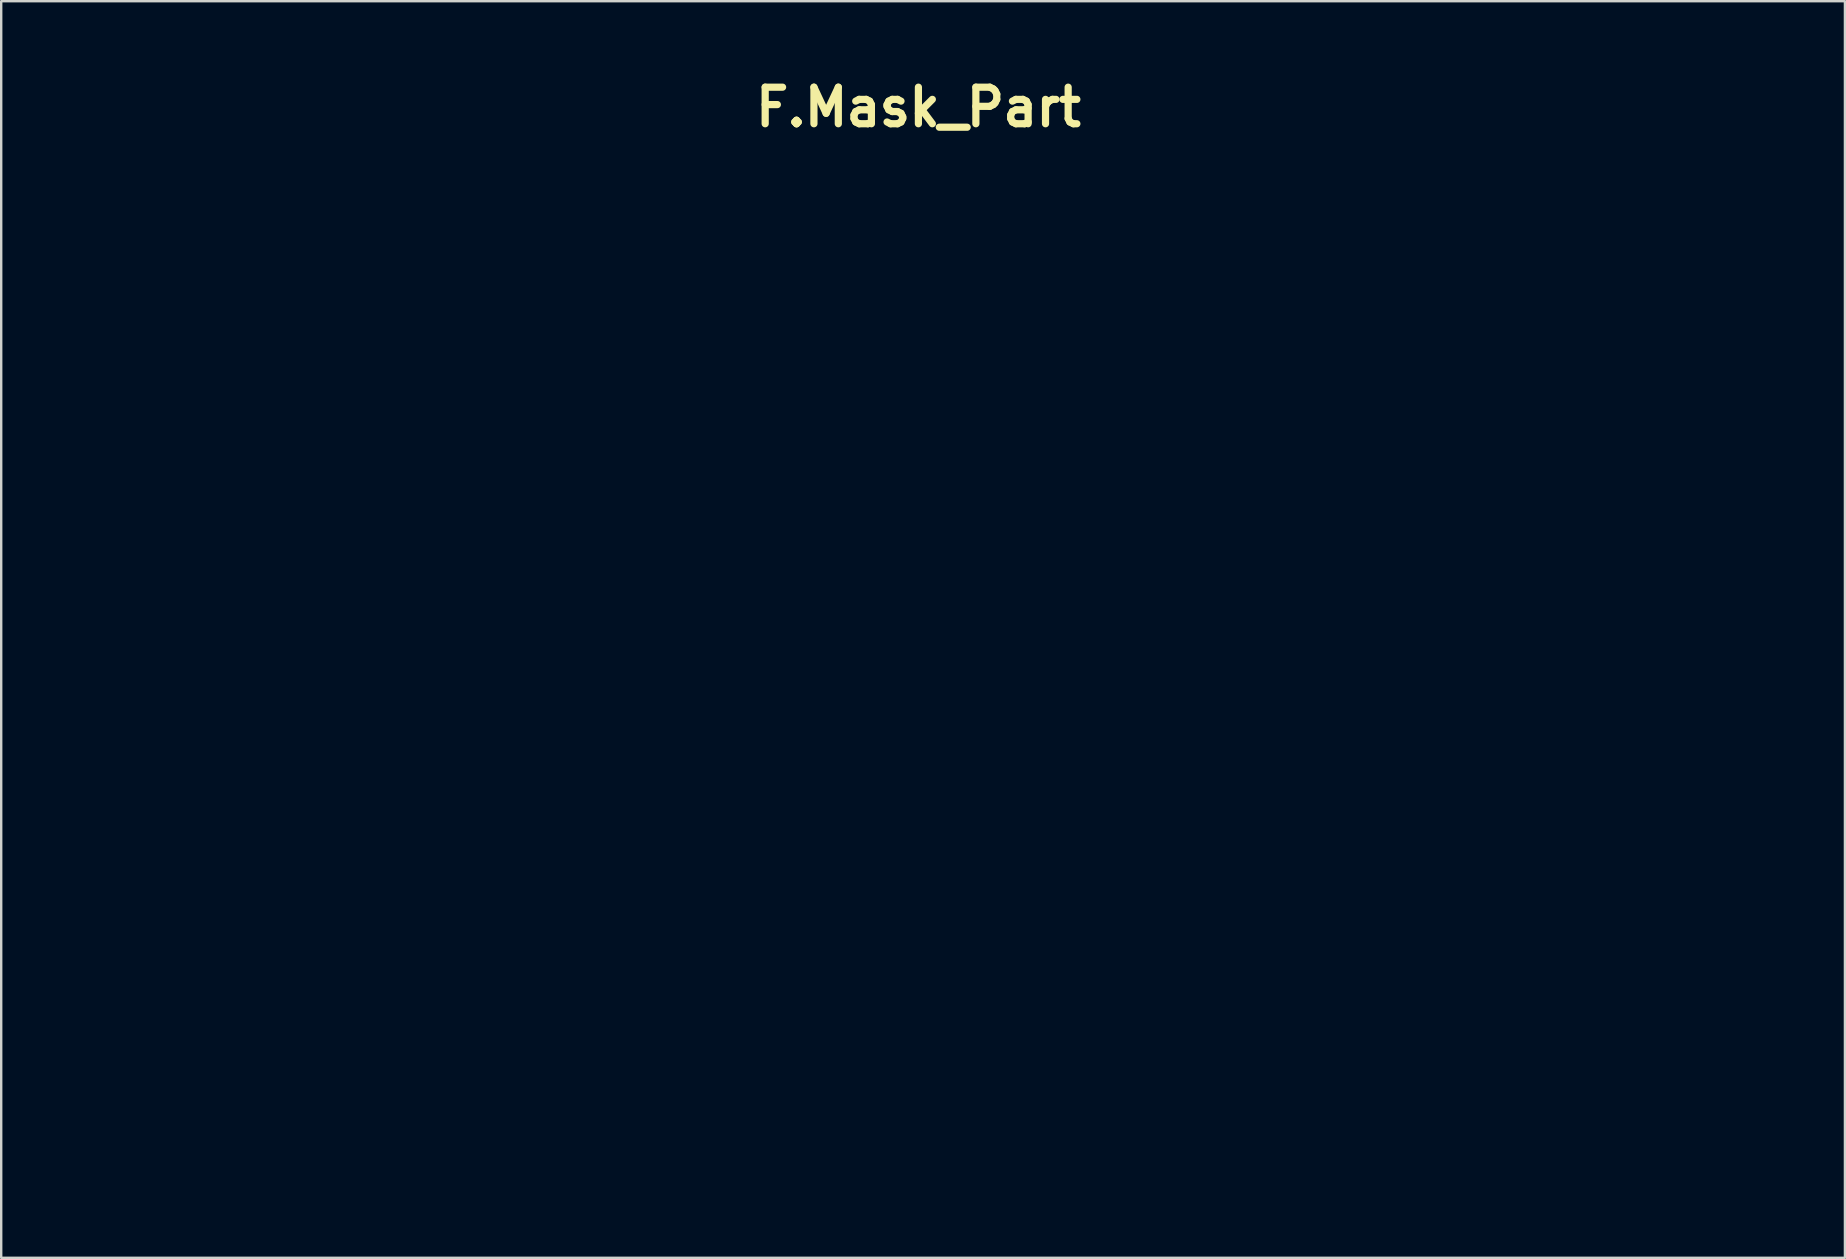
<source format=kicad_pcb>
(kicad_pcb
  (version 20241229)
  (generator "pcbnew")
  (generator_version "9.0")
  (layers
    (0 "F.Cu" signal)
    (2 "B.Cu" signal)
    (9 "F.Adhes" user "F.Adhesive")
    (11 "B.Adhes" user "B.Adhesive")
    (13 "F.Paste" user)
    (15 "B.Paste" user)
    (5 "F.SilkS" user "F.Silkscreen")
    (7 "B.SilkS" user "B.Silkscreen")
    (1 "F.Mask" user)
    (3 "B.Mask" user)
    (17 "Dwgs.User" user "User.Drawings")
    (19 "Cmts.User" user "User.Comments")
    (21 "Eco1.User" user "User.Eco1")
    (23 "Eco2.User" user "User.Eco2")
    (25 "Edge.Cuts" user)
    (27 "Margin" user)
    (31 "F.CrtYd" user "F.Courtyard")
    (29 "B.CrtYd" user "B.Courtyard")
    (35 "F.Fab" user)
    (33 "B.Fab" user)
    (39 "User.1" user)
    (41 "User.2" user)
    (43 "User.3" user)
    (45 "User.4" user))
  (footprint "F.Mask_Part"
    (layer "F.Cu")
    (at 35.227 1.418)
    (property "Reference" "F.Mask_Part" (at 0 0 0) (layer "F.SilkS") (effects (font (size 1.524 1.524) (thickness 0.3))))
    (attr through_hole)
    (fp_poly (pts (xy 4.955 36.525) (xy 5.095 36.573) (xy 5.237 36.655) (xy 5.387 36.775) (xy 5.458 36.842) (xy 5.635 37.015) (xy 5.626 37.362) (xy 5.619 37.528) (xy 5.607 37.661) (xy 5.589 37.768) (xy 5.561 37.858) (xy 5.522 37.94) (xy 5.469 38.022) (xy 5.459 38.035) (xy 5.357 38.142) (xy 5.223 38.229) (xy 5.064 38.291) (xy 4.886 38.329) (xy 4.696 38.338) (xy 4.587 38.331) (xy 4.402 38.291) (xy 4.238 38.215) (xy 4.096 38.106) (xy 3.981 37.967) (xy 3.894 37.801) (xy 3.839 37.611) (xy 3.832 37.566) (xy 3.822 37.41) (xy 3.842 37.261) (xy 3.895 37.109) (xy 3.939 37.02) (xy 4.046 36.85) (xy 4.168 36.717) (xy 4.31 36.619) (xy 4.473 36.554) (xy 4.664 36.518) (xy 4.814 36.511) (xy 4.955 36.525)) (stroke (width 0.01) (type solid)) (fill yes) (layer "F.Mask"))
    (fp_poly (pts (xy -3.306 36.516) (xy -3.178 36.555) (xy -3.04 36.624) (xy -2.901 36.717) (xy -2.772 36.826) (xy -2.667 36.939) (xy -2.594 37.03) (xy -2.594 37.306) (xy -2.598 37.477) (xy -2.611 37.616) (xy -2.634 37.736) (xy -2.67 37.846) (xy -2.706 37.927) (xy -2.792 38.059) (xy -2.911 38.168) (xy -3.057 38.251) (xy -3.225 38.308) (xy -3.412 38.336) (xy -3.612 38.333) (xy -3.65 38.329) (xy -3.834 38.286) (xy -3.999 38.208) (xy -4.14 38.097) (xy -4.254 37.957) (xy -4.34 37.79) (xy -4.392 37.601) (xy -4.392 37.601) (xy -4.407 37.429) (xy -4.388 37.267) (xy -4.334 37.106) (xy -4.242 36.941) (xy -4.201 36.881) (xy -4.08 36.737) (xy -3.946 36.628) (xy -3.873 36.586) (xy -3.803 36.561) (xy -3.704 36.539) (xy -3.59 36.522) (xy -3.475 36.511) (xy -3.372 36.51) (xy -3.306 36.516)) (stroke (width 0.01) (type solid)) (fill yes) (layer "F.Mask"))
    (fp_poly (pts (xy 3.876 38.661) (xy 4.064 38.687) (xy 4.212 38.713) (xy 4.533 38.765) (xy 4.824 38.791) (xy 5.089 38.794) (xy 5.332 38.771) (xy 5.347 38.769) (xy 5.504 38.747) (xy 5.626 38.734) (xy 5.717 38.733) (xy 5.781 38.744) (xy 5.825 38.768) (xy 5.853 38.806) (xy 5.87 38.859) (xy 5.873 38.874) (xy 5.876 38.916) (xy 5.867 38.96) (xy 5.842 39.016) (xy 5.796 39.094) (xy 5.793 39.1) (xy 5.683 39.292) (xy 5.601 39.456) (xy 5.547 39.597) (xy 5.534 39.64) (xy 5.524 39.688) (xy 5.516 39.749) (xy 5.51 39.827) (xy 5.506 39.923) (xy 5.504 40.042) (xy 5.505 40.186) (xy 5.508 40.359) (xy 5.513 40.564) (xy 5.52 40.804) (xy 5.529 41.082) (xy 5.532 41.163) (xy 5.558 41.909) (xy 5.61 41.964) (xy 5.65 41.998) (xy 5.717 42.046) (xy 5.799 42.1) (xy 5.853 42.134) (xy 5.935 42.184) (xy 6.007 42.229) (xy 6.058 42.262) (xy 6.076 42.275) (xy 6.144 42.351) (xy 6.172 42.435) (xy 6.162 42.52) (xy 6.116 42.6) (xy 6.034 42.669) (xy 6.006 42.685) (xy 5.974 42.699) (xy 5.935 42.708) (xy 5.882 42.712) (xy 5.807 42.713) (xy 5.702 42.71) (xy 5.61 42.706) (xy 5.464 42.699) (xy 5.303 42.688) (xy 5.145 42.676) (xy 5.008 42.664) (xy 4.995 42.662) (xy 4.858 42.649) (xy 4.699 42.634) (xy 4.538 42.62) (xy 4.402 42.608) (xy 4.094 42.585) (xy 3.841 42.651) (xy 3.655 42.695) (xy 3.489 42.722) (xy 3.346 42.732) (xy 3.231 42.725) (xy 3.15 42.702) (xy 3.139 42.695) (xy 3.077 42.635) (xy 3.049 42.557) (xy 3.052 42.471) (xy 3.085 42.381) (xy 3.146 42.297) (xy 3.233 42.225) (xy 3.247 42.217) (xy 3.308 42.187) (xy 3.37 42.171) (xy 3.451 42.164) (xy 3.49 42.164) (xy 3.61 42.156) (xy 3.701 42.133) (xy 3.759 42.096) (xy 3.774 42.072) (xy 3.786 42.023) (xy 3.798 41.936) (xy 3.81 41.818) (xy 3.823 41.672) (xy 3.835 41.506) (xy 3.847 41.322) (xy 3.858 41.128) (xy 3.868 40.928) (xy 3.877 40.727) (xy 3.884 40.53) (xy 3.89 40.343) (xy 3.893 40.171) (xy 3.893 40.019) (xy 3.891 39.899) (xy 3.887 39.773) (xy 3.881 39.681) (xy 3.873 39.614) (xy 3.861 39.564) (xy 3.844 39.521) (xy 3.836 39.504) (xy 3.762 39.402) (xy 3.66 39.326) (xy 3.535 39.275) (xy 3.41 39.235) (xy 3.318 39.202) (xy 3.25 39.171) (xy 3.2 39.139) (xy 3.159 39.104) (xy 3.103 39.028) (xy 3.09 38.952) (xy 3.118 38.878) (xy 3.188 38.807) (xy 3.25 38.765) (xy 3.355 38.712) (xy 3.464 38.675) (xy 3.582 38.655) (xy 3.718 38.65) (xy 3.876 38.661)) (stroke (width 0.01) (type solid)) (fill yes) (layer "F.Mask"))
    (fp_poly (pts (xy -4.367 38.661) (xy -4.177 38.687) (xy -4.011 38.716) (xy -3.864 38.743) (xy -3.745 38.762) (xy -3.638 38.775) (xy -3.53 38.782) (xy -3.407 38.785) (xy -3.302 38.786) (xy -3.119 38.783) (xy -2.945 38.774) (xy -2.794 38.761) (xy -2.731 38.753) (xy -2.605 38.736) (xy -2.514 38.731) (xy -2.45 38.74) (xy -2.409 38.765) (xy -2.382 38.805) (xy -2.371 38.837) (xy -2.352 38.925) (xy -2.354 38.978) (xy -2.368 38.998) (xy -2.39 39.024) (xy -2.426 39.08) (xy -2.472 39.157) (xy -2.521 39.247) (xy -2.571 39.34) (xy -2.616 39.43) (xy -2.651 39.506) (xy -2.669 39.55) (xy -2.686 39.605) (xy -2.7 39.668) (xy -2.711 39.742) (xy -2.718 39.832) (xy -2.723 39.941) (xy -2.725 40.072) (xy -2.724 40.229) (xy -2.721 40.416) (xy -2.715 40.637) (xy -2.706 40.894) (xy -2.701 41.029) (xy -2.694 41.251) (xy -2.687 41.434) (xy -2.681 41.584) (xy -2.674 41.704) (xy -2.664 41.798) (xy -2.652 41.871) (xy -2.635 41.927) (xy -2.612 41.97) (xy -2.582 42.004) (xy -2.544 42.033) (xy -2.496 42.061) (xy -2.438 42.094) (xy -2.388 42.123) (xy -2.255 42.205) (xy -2.158 42.275) (xy -2.094 42.338) (xy -2.061 42.398) (xy -2.055 42.459) (xy -2.073 42.526) (xy -2.09 42.564) (xy -2.122 42.618) (xy -2.161 42.657) (xy -2.211 42.685) (xy -2.281 42.701) (xy -2.375 42.708) (xy -2.5 42.708) (xy -2.614 42.705) (xy -2.747 42.699) (xy -2.882 42.692) (xy -3.006 42.683) (xy -3.105 42.675) (xy -3.133 42.672) (xy -3.213 42.664) (xy -3.324 42.653) (xy -3.457 42.641) (xy -3.599 42.629) (xy -3.726 42.618) (xy -4.138 42.584) (xy -4.392 42.651) (xy -4.565 42.691) (xy -4.726 42.717) (xy -4.867 42.729) (xy -4.983 42.727) (xy -5.067 42.708) (xy -5.075 42.705) (xy -5.142 42.655) (xy -5.177 42.585) (xy -5.182 42.503) (xy -5.157 42.415) (xy -5.104 42.328) (xy -5.024 42.25) (xy -5.001 42.233) (xy -4.942 42.196) (xy -4.891 42.175) (xy -4.832 42.166) (xy -4.747 42.164) (xy -4.745 42.164) (xy -4.618 42.155) (xy -4.525 42.129) (xy -4.469 42.086) (xy -4.457 42.065) (xy -4.443 42.007) (xy -4.428 41.912) (xy -4.415 41.785) (xy -4.401 41.631) (xy -4.389 41.455) (xy -4.377 41.263) (xy -4.367 41.06) (xy -4.358 40.851) (xy -4.351 40.642) (xy -4.346 40.437) (xy -4.342 40.241) (xy -4.341 40.06) (xy -4.342 39.9) (xy -4.345 39.764) (xy -4.352 39.66) (xy -4.361 39.59) (xy -4.364 39.579) (xy -4.403 39.484) (xy -4.461 39.407) (xy -4.543 39.344) (xy -4.657 39.289) (xy -4.806 39.24) (xy -4.826 39.234) (xy -4.957 39.187) (xy -5.051 39.127) (xy -5.11 39.054) (xy -5.115 39.044) (xy -5.135 38.962) (xy -5.114 38.885) (xy -5.052 38.813) (xy -4.997 38.774) (xy -4.894 38.718) (xy -4.786 38.679) (xy -4.666 38.656) (xy -4.528 38.651) (xy -4.367 38.661)) (stroke (width 0.01) (type solid)) (fill yes) (layer "F.Mask"))
    (fp_poly (pts (xy 0.808 38.371) (xy 0.893 38.376) (xy 0.977 38.386) (xy 1.068 38.404) (xy 1.174 38.43) (xy 1.302 38.466) (xy 1.458 38.514) (xy 1.559 38.545) (xy 1.66 38.577) (xy 1.747 38.603) (xy 1.812 38.621) (xy 1.847 38.629) (xy 1.849 38.629) (xy 1.879 38.618) (xy 1.933 38.59) (xy 2.003 38.548) (xy 2.028 38.532) (xy 2.144 38.466) (xy 2.241 38.431) (xy 2.324 38.425) (xy 2.402 38.448) (xy 2.413 38.453) (xy 2.502 38.523) (xy 2.563 38.621) (xy 2.593 38.748) (xy 2.594 38.902) (xy 2.573 39.038) (xy 2.551 39.134) (xy 2.527 39.226) (xy 2.505 39.297) (xy 2.503 39.304) (xy 2.491 39.34) (xy 2.483 39.377) (xy 2.481 39.421) (xy 2.483 39.477) (xy 2.492 39.552) (xy 2.507 39.65) (xy 2.529 39.778) (xy 2.558 39.94) (xy 2.562 39.963) (xy 2.593 40.167) (xy 2.606 40.337) (xy 2.601 40.477) (xy 2.577 40.592) (xy 2.533 40.686) (xy 2.482 40.751) (xy 2.397 40.811) (xy 2.287 40.844) (xy 2.161 40.849) (xy 2.046 40.829) (xy 1.957 40.788) (xy 1.872 40.72) (xy 1.806 40.639) (xy 1.782 40.589) (xy 1.768 40.542) (xy 1.768 40.501) (xy 1.783 40.451) (xy 1.807 40.396) (xy 1.85 40.32) (xy 1.911 40.234) (xy 1.971 40.164) (xy 2.081 40.047) (xy 2.068 39.851) (xy 2.058 39.749) (xy 2.042 39.649) (xy 2.024 39.568) (xy 2.018 39.55) (xy 1.961 39.439) (xy 1.869 39.329) (xy 1.747 39.226) (xy 1.604 39.136) (xy 1.563 39.115) (xy 1.474 39.073) (xy 1.409 39.048) (xy 1.354 39.036) (xy 1.295 39.034) (xy 1.256 39.036) (xy 1.12 39.064) (xy 0.994 39.131) (xy 0.877 39.237) (xy 0.769 39.384) (xy 0.67 39.571) (xy 0.633 39.659) (xy 0.524 39.974) (xy 0.456 40.29) (xy 0.428 40.608) (xy 0.441 40.932) (xy 0.494 41.262) (xy 0.588 41.601) (xy 0.661 41.804) (xy 0.723 41.946) (xy 0.789 42.055) (xy 0.867 42.141) (xy 0.965 42.214) (xy 1.083 42.278) (xy 1.263 42.348) (xy 1.447 42.385) (xy 1.627 42.39) (xy 1.795 42.361) (xy 1.894 42.325) (xy 1.984 42.278) (xy 2.062 42.221) (xy 2.134 42.148) (xy 2.21 42.05) (xy 2.276 41.952) (xy 2.352 41.84) (xy 2.415 41.761) (xy 2.471 41.711) (xy 2.525 41.684) (xy 2.578 41.677) (xy 2.655 41.695) (xy 2.733 41.743) (xy 2.798 41.81) (xy 2.822 41.847) (xy 2.849 41.941) (xy 2.845 42.055) (xy 2.811 42.178) (xy 2.791 42.225) (xy 2.728 42.324) (xy 2.632 42.432) (xy 2.512 42.543) (xy 2.374 42.651) (xy 2.226 42.749) (xy 2.076 42.834) (xy 1.931 42.898) (xy 1.883 42.914) (xy 1.695 42.962) (xy 1.488 42.993) (xy 1.257 43.006) (xy 1 43.001) (xy 0.711 42.979) (xy 0.436 42.947) (xy 0.243 42.919) (xy 0.084 42.892) (xy -0.048 42.864) (xy -0.162 42.833) (xy -0.266 42.795) (xy -0.366 42.75) (xy -0.441 42.712) (xy -0.563 42.64) (xy -0.702 42.546) (xy -0.845 42.441) (xy -0.98 42.332) (xy -1.095 42.23) (xy -1.125 42.201) (xy -1.243 42.057) (xy -1.348 41.877) (xy -1.438 41.667) (xy -1.512 41.432) (xy -1.566 41.178) (xy -1.589 41.021) (xy -1.602 40.862) (xy -1.607 40.684) (xy -1.605 40.499) (xy -1.596 40.317) (xy -1.581 40.149) (xy -1.56 40.006) (xy -1.545 39.941) (xy -1.452 39.663) (xy -1.325 39.409) (xy -1.166 39.179) (xy -0.976 38.976) (xy -0.757 38.8) (xy -0.511 38.652) (xy -0.239 38.534) (xy 0.056 38.447) (xy 0.374 38.393) (xy 0.712 38.371) (xy 0.717 38.371) (xy 0.808 38.371)) (stroke (width 0.01) (type solid)) (fill yes) (layer "F.Mask"))
    (fp_poly (pts (xy 22.011 27.888) (xy 22.121 27.921) (xy 22.203 27.972) (xy 22.252 28.037) (xy 22.268 28.113) (xy 22.246 28.197) (xy 22.201 28.264) (xy 22.147 28.319) (xy 22.062 28.387) (xy 21.955 28.464) (xy 21.833 28.545) (xy 21.704 28.625) (xy 21.627 28.668) (xy 21.557 28.709) (xy 21.503 28.744) (xy 21.473 28.766) (xy 21.472 28.769) (xy 21.468 28.795) (xy 21.465 28.859) (xy 21.462 28.959) (xy 21.459 29.09) (xy 21.456 29.249) (xy 21.453 29.432) (xy 21.45 29.636) (xy 21.448 29.857) (xy 21.445 30.092) (xy 21.443 30.336) (xy 21.441 30.587) (xy 21.44 30.84) (xy 21.438 31.093) (xy 21.437 31.341) (xy 21.437 31.58) (xy 21.436 31.808) (xy 21.436 32.021) (xy 21.436 32.214) (xy 21.437 32.385) (xy 21.438 32.53) (xy 21.44 32.645) (xy 21.442 32.726) (xy 21.445 32.771) (xy 21.446 32.775) (xy 21.476 32.863) (xy 21.519 32.931) (xy 21.524 32.936) (xy 21.553 32.962) (xy 21.586 32.979) (xy 21.631 32.99) (xy 21.7 32.998) (xy 21.799 33.005) (xy 21.96 33.022) (xy 22.083 33.053) (xy 22.173 33.097) (xy 22.234 33.158) (xy 22.236 33.161) (xy 22.258 33.21) (xy 22.28 33.284) (xy 22.294 33.351) (xy 22.305 33.455) (xy 22.296 33.527) (xy 22.265 33.575) (xy 22.208 33.605) (xy 22.189 33.611) (xy 22.109 33.625) (xy 22.002 33.63) (xy 21.882 33.628) (xy 21.765 33.619) (xy 21.706 33.61) (xy 21.561 33.588) (xy 21.381 33.566) (xy 21.174 33.544) (xy 20.948 33.523) (xy 20.71 33.505) (xy 20.578 33.496) (xy 20.424 33.486) (xy 20.304 33.48) (xy 20.206 33.476) (xy 20.121 33.476) (xy 20.041 33.48) (xy 19.954 33.488) (xy 19.852 33.5) (xy 19.725 33.517) (xy 19.7 33.52) (xy 19.439 33.552) (xy 19.215 33.571) (xy 19.028 33.579) (xy 18.88 33.574) (xy 18.772 33.556) (xy 18.722 33.539) (xy 18.641 33.483) (xy 18.602 33.418) (xy 18.603 33.341) (xy 18.614 33.308) (xy 18.652 33.249) (xy 18.718 33.199) (xy 18.814 33.156) (xy 18.944 33.117) (xy 19.103 33.083) (xy 19.259 33.05) (xy 19.379 33.014) (xy 19.469 32.972) (xy 19.535 32.922) (xy 19.567 32.886) (xy 19.575 32.877) (xy 19.582 32.87) (xy 19.588 32.862) (xy 19.593 32.852) (xy 19.598 32.837) (xy 19.601 32.813) (xy 19.604 32.78) (xy 19.607 32.733) (xy 19.608 32.672) (xy 19.609 32.593) (xy 19.609 32.493) (xy 19.609 32.371) (xy 19.608 32.223) (xy 19.607 32.048) (xy 19.605 31.843) (xy 19.603 31.604) (xy 19.6 31.331) (xy 19.597 31.02) (xy 19.594 30.723) (xy 19.591 30.438) (xy 19.588 30.166) (xy 19.584 29.911) (xy 19.58 29.677) (xy 19.576 29.466) (xy 19.572 29.281) (xy 19.568 29.126) (xy 19.563 29.003) (xy 19.559 28.917) (xy 19.556 28.869) (xy 19.555 28.868) (xy 19.519 28.727) (xy 19.46 28.613) (xy 19.381 28.53) (xy 19.333 28.501) (xy 19.277 28.482) (xy 19.191 28.463) (xy 19.088 28.445) (xy 19.013 28.435) (xy 18.868 28.414) (xy 18.76 28.39) (xy 18.684 28.359) (xy 18.634 28.318) (xy 18.604 28.265) (xy 18.593 28.225) (xy 18.593 28.145) (xy 18.626 28.074) (xy 18.696 28.011) (xy 18.787 27.959) (xy 18.856 27.927) (xy 18.915 27.906) (xy 18.979 27.893) (xy 19.061 27.886) (xy 19.152 27.882) (xy 19.229 27.88) (xy 19.307 27.881) (xy 19.394 27.887) (xy 19.495 27.896) (xy 19.618 27.911) (xy 19.768 27.931) (xy 19.953 27.957) (xy 19.992 27.963) (xy 20.221 27.996) (xy 20.414 28.021) (xy 20.578 28.039) (xy 20.719 28.05) (xy 20.843 28.054) (xy 20.956 28.05) (xy 21.065 28.039) (xy 21.175 28.021) (xy 21.293 27.996) (xy 21.419 27.965) (xy 21.543 27.935) (xy 21.662 27.909) (xy 21.765 27.89) (xy 21.843 27.879) (xy 21.874 27.877) (xy 22.011 27.888)) (stroke (width 0.01) (type solid)) (fill yes) (layer "F.Mask"))
    (fp_poly (pts (xy 15.071 38.594) (xy 15.335 38.627) (xy 15.574 38.68) (xy 15.783 38.753) (xy 15.961 38.845) (xy 16.077 38.931) (xy 16.176 39.039) (xy 16.277 39.187) (xy 16.377 39.375) (xy 16.477 39.601) (xy 16.575 39.863) (xy 16.672 40.16) (xy 16.676 40.175) (xy 16.735 40.377) (xy 16.785 40.57) (xy 16.83 40.766) (xy 16.872 40.975) (xy 16.912 41.208) (xy 16.946 41.416) (xy 17.005 41.801) (xy 17.069 41.768) (xy 17.112 41.739) (xy 17.174 41.687) (xy 17.245 41.622) (xy 17.288 41.579) (xy 17.374 41.496) (xy 17.442 41.445) (xy 17.496 41.424) (xy 17.542 41.43) (xy 17.586 41.462) (xy 17.59 41.465) (xy 17.628 41.534) (xy 17.634 41.629) (xy 17.608 41.75) (xy 17.55 41.896) (xy 17.538 41.922) (xy 17.469 42.048) (xy 17.39 42.155) (xy 17.294 42.253) (xy 17.171 42.351) (xy 17.066 42.423) (xy 16.903 42.525) (xy 16.755 42.601) (xy 16.612 42.656) (xy 16.465 42.69) (xy 16.302 42.708) (xy 16.114 42.712) (xy 15.997 42.709) (xy 15.868 42.703) (xy 15.77 42.694) (xy 15.689 42.681) (xy 15.612 42.661) (xy 15.547 42.64) (xy 15.456 42.604) (xy 15.378 42.561) (xy 15.305 42.505) (xy 15.228 42.429) (xy 15.139 42.326) (xy 15.113 42.294) (xy 15.039 42.203) (xy 14.76 42.372) (xy 14.644 42.438) (xy 14.523 42.503) (xy 14.408 42.559) (xy 14.313 42.601) (xy 14.294 42.608) (xy 14.016 42.692) (xy 13.734 42.745) (xy 13.456 42.764) (xy 13.24 42.754) (xy 13.002 42.71) (xy 12.783 42.628) (xy 12.585 42.51) (xy 12.41 42.358) (xy 12.26 42.173) (xy 12.151 41.986) (xy 12.073 41.803) (xy 12.021 41.627) (xy 11.992 41.439) (xy 11.987 41.387) (xy 11.99 41.145) (xy 11.995 41.114) (xy 13.952 41.114) (xy 13.96 41.277) (xy 13.991 41.431) (xy 14.043 41.571) (xy 14.112 41.691) (xy 14.197 41.784) (xy 14.296 41.846) (xy 14.366 41.866) (xy 14.451 41.872) (xy 14.553 41.868) (xy 14.657 41.856) (xy 14.75 41.837) (xy 14.816 41.814) (xy 14.82 41.811) (xy 14.866 41.777) (xy 14.899 41.732) (xy 14.922 41.669) (xy 14.935 41.582) (xy 14.94 41.467) (xy 14.939 41.316) (xy 14.939 41.296) (xy 14.935 41.169) (xy 14.929 41.075) (xy 14.921 41.005) (xy 14.909 40.951) (xy 14.892 40.902) (xy 14.883 40.883) (xy 14.806 40.753) (xy 14.707 40.66) (xy 14.587 40.602) (xy 14.444 40.581) (xy 14.356 40.584) (xy 14.223 40.608) (xy 14.122 40.657) (xy 14.048 40.734) (xy 13.996 40.843) (xy 13.97 40.949) (xy 13.952 41.114) (xy 11.995 41.114) (xy 12.033 40.905) (xy 12.115 40.674) (xy 12.233 40.454) (xy 12.388 40.251) (xy 12.512 40.124) (xy 12.686 39.98) (xy 12.859 39.875) (xy 13.04 39.805) (xy 13.236 39.766) (xy 13.324 39.758) (xy 13.455 39.755) (xy 13.588 39.764) (xy 13.733 39.786) (xy 13.895 39.822) (xy 14.083 39.874) (xy 14.267 39.931) (xy 14.385 39.968) (xy 14.489 40.001) (xy 14.572 40.026) (xy 14.628 40.042) (xy 14.65 40.047) (xy 14.666 40.029) (xy 14.665 39.977) (xy 14.649 39.898) (xy 14.626 39.824) (xy 14.557 39.674) (xy 14.463 39.547) (xy 14.35 39.452) (xy 14.311 39.429) (xy 14.24 39.397) (xy 14.168 39.377) (xy 14.09 39.37) (xy 14 39.377) (xy 13.892 39.398) (xy 13.762 39.435) (xy 13.602 39.487) (xy 13.477 39.531) (xy 13.378 39.566) (xy 13.309 39.588) (xy 13.263 39.597) (xy 13.231 39.597) (xy 13.204 39.588) (xy 13.191 39.581) (xy 13.141 39.531) (xy 13.104 39.455) (xy 13.087 39.366) (xy 13.091 39.293) (xy 13.129 39.199) (xy 13.209 39.105) (xy 13.329 39.013) (xy 13.488 38.923) (xy 13.684 38.836) (xy 13.917 38.752) (xy 14.185 38.673) (xy 14.245 38.657) (xy 14.371 38.625) (xy 14.47 38.604) (xy 14.558 38.591) (xy 14.647 38.584) (xy 14.753 38.582) (xy 14.785 38.582) (xy 15.071 38.594)) (stroke (width 0.01) (type solid)) (fill yes) (layer "F.Mask"))
    (fp_poly (pts (xy -16.573 38.594) (xy -16.309 38.627) (xy -16.071 38.68) (xy -15.861 38.753) (xy -15.683 38.845) (xy -15.567 38.931) (xy -15.468 39.039) (xy -15.368 39.187) (xy -15.267 39.375) (xy -15.167 39.601) (xy -15.069 39.863) (xy -14.973 40.16) (xy -14.968 40.175) (xy -14.91 40.376) (xy -14.859 40.57) (xy -14.814 40.766) (xy -14.773 40.974) (xy -14.732 41.206) (xy -14.698 41.417) (xy -14.639 41.802) (xy -14.559 41.757) (xy -14.508 41.721) (xy -14.44 41.664) (xy -14.368 41.595) (xy -14.341 41.568) (xy -14.258 41.487) (xy -14.193 41.439) (xy -14.139 41.423) (xy -14.092 41.436) (xy -14.055 41.465) (xy -14.016 41.534) (xy -14.01 41.629) (xy -14.036 41.75) (xy -14.094 41.896) (xy -14.107 41.922) (xy -14.176 42.048) (xy -14.254 42.155) (xy -14.351 42.253) (xy -14.473 42.351) (xy -14.578 42.423) (xy -14.741 42.525) (xy -14.889 42.601) (xy -15.032 42.656) (xy -15.179 42.69) (xy -15.342 42.708) (xy -15.53 42.712) (xy -15.648 42.709) (xy -15.776 42.703) (xy -15.874 42.694) (xy -15.956 42.681) (xy -16.033 42.661) (xy -16.097 42.64) (xy -16.188 42.604) (xy -16.266 42.561) (xy -16.339 42.505) (xy -16.416 42.429) (xy -16.505 42.326) (xy -16.531 42.294) (xy -16.605 42.203) (xy -16.884 42.372) (xy -17 42.438) (xy -17.121 42.503) (xy -17.236 42.559) (xy -17.331 42.601) (xy -17.35 42.608) (xy -17.628 42.692) (xy -17.91 42.745) (xy -18.188 42.764) (xy -18.404 42.754) (xy -18.63 42.712) (xy -18.843 42.635) (xy -19.039 42.526) (xy -19.209 42.388) (xy -19.295 42.295) (xy -19.391 42.161) (xy -19.482 42.005) (xy -19.557 41.842) (xy -19.61 41.69) (xy -19.61 41.688) (xy -19.649 41.478) (xy -19.658 41.256) (xy -19.646 41.114) (xy -17.692 41.114) (xy -17.684 41.277) (xy -17.653 41.431) (xy -17.602 41.571) (xy -17.532 41.691) (xy -17.447 41.784) (xy -17.348 41.846) (xy -17.279 41.866) (xy -17.193 41.872) (xy -17.091 41.868) (xy -16.987 41.856) (xy -16.894 41.837) (xy -16.828 41.814) (xy -16.824 41.811) (xy -16.779 41.777) (xy -16.745 41.732) (xy -16.723 41.669) (xy -16.709 41.582) (xy -16.704 41.467) (xy -16.705 41.316) (xy -16.705 41.296) (xy -16.709 41.169) (xy -16.715 41.075) (xy -16.723 41.005) (xy -16.735 40.951) (xy -16.753 40.902) (xy -16.761 40.883) (xy -16.838 40.753) (xy -16.937 40.66) (xy -17.057 40.602) (xy -17.2 40.581) (xy -17.288 40.584) (xy -17.421 40.608) (xy -17.522 40.657) (xy -17.596 40.734) (xy -17.648 40.843) (xy -17.674 40.949) (xy -17.692 41.114) (xy -19.646 41.114) (xy -19.639 41.034) (xy -19.592 40.825) (xy -19.553 40.714) (xy -19.487 40.582) (xy -19.397 40.439) (xy -19.292 40.298) (xy -19.182 40.173) (xy -19.132 40.124) (xy -18.958 39.98) (xy -18.785 39.875) (xy -18.604 39.805) (xy -18.408 39.766) (xy -18.32 39.758) (xy -18.19 39.755) (xy -18.056 39.764) (xy -17.911 39.786) (xy -17.749 39.822) (xy -17.562 39.874) (xy -17.377 39.931) (xy -17.259 39.968) (xy -17.154 40.001) (xy -17.07 40.026) (xy -17.014 40.042) (xy -16.991 40.047) (xy -16.979 40.029) (xy -16.979 39.982) (xy -16.991 39.914) (xy -17.012 39.838) (xy -17.041 39.762) (xy -17.049 39.745) (xy -17.13 39.606) (xy -17.225 39.501) (xy -17.341 39.424) (xy -17.347 39.421) (xy -17.436 39.388) (xy -17.53 39.372) (xy -17.636 39.377) (xy -17.762 39.401) (xy -17.914 39.445) (xy -18.002 39.476) (xy -18.138 39.523) (xy -18.24 39.558) (xy -18.314 39.582) (xy -18.366 39.595) (xy -18.402 39.598) (xy -18.428 39.594) (xy -18.451 39.584) (xy -18.465 39.575) (xy -18.512 39.523) (xy -18.544 39.444) (xy -18.558 39.354) (xy -18.553 39.291) (xy -18.515 39.198) (xy -18.435 39.105) (xy -18.316 39.014) (xy -18.159 38.925) (xy -17.964 38.838) (xy -17.734 38.755) (xy -17.47 38.676) (xy -17.399 38.657) (xy -17.273 38.625) (xy -17.174 38.604) (xy -17.087 38.591) (xy -16.997 38.584) (xy -16.891 38.582) (xy -16.859 38.582) (xy -16.573 38.594)) (stroke (width 0.01) (type solid)) (fill yes) (layer "F.Mask"))
    (fp_poly (pts (xy -9.712 38.461) (xy -9.541 38.53) (xy -9.387 38.636) (xy -9.347 38.671) (xy -9.243 38.788) (xy -9.176 38.91) (xy -9.142 39.048) (xy -9.136 39.158) (xy -9.149 39.326) (xy -9.191 39.468) (xy -9.264 39.594) (xy -9.305 39.643) (xy -9.385 39.723) (xy -9.469 39.785) (xy -9.562 39.829) (xy -9.671 39.858) (xy -9.8 39.873) (xy -9.957 39.874) (xy -10.146 39.863) (xy -10.233 39.856) (xy -10.355 39.845) (xy -10.446 39.84) (xy -10.515 39.843) (xy -10.573 39.858) (xy -10.627 39.889) (xy -10.689 39.94) (xy -10.766 40.012) (xy -10.831 40.075) (xy -10.921 40.166) (xy -10.988 40.244) (xy -11.041 40.321) (xy -11.09 40.412) (xy -11.092 40.416) (xy -11.138 40.512) (xy -11.173 40.597) (xy -11.201 40.679) (xy -11.221 40.763) (xy -11.235 40.858) (xy -11.243 40.971) (xy -11.248 41.107) (xy -11.25 41.275) (xy -11.25 41.392) (xy -11.25 41.56) (xy -11.249 41.69) (xy -11.246 41.788) (xy -11.242 41.86) (xy -11.237 41.911) (xy -11.229 41.946) (xy -11.219 41.97) (xy -11.215 41.976) (xy -11.192 42.001) (xy -11.154 42.025) (xy -11.094 42.05) (xy -11.005 42.081) (xy -10.908 42.11) (xy -10.718 42.17) (xy -10.567 42.226) (xy -10.452 42.28) (xy -10.37 42.334) (xy -10.317 42.39) (xy -10.291 42.45) (xy -10.287 42.49) (xy -10.308 42.584) (xy -10.367 42.669) (xy -10.462 42.743) (xy -10.589 42.802) (xy -10.678 42.83) (xy -10.77 42.85) (xy -10.86 42.858) (xy -10.959 42.856) (xy -11.078 42.842) (xy -11.208 42.821) (xy -11.305 42.802) (xy -11.43 42.777) (xy -11.57 42.748) (xy -11.71 42.718) (xy -11.765 42.706) (xy -11.92 42.674) (xy -12.059 42.65) (xy -12.174 42.635) (xy -12.251 42.63) (xy -12.343 42.634) (xy -12.47 42.645) (xy -12.626 42.663) (xy -12.807 42.686) (xy -13.005 42.714) (xy -13.215 42.746) (xy -13.282 42.757) (xy -13.448 42.78) (xy -13.579 42.788) (xy -13.679 42.779) (xy -13.753 42.751) (xy -13.806 42.702) (xy -13.843 42.628) (xy -13.868 42.529) (xy -13.875 42.49) (xy -13.878 42.42) (xy -13.861 42.382) (xy -13.86 42.381) (xy -13.829 42.367) (xy -13.767 42.344) (xy -13.683 42.317) (xy -13.6 42.292) (xy -13.453 42.247) (xy -13.342 42.204) (xy -13.26 42.157) (xy -13.2 42.102) (xy -13.158 42.031) (xy -13.126 41.941) (xy -13.103 41.85) (xy -13.075 41.693) (xy -13.052 41.502) (xy -13.035 41.275) (xy -13.024 41.011) (xy -13.019 40.707) (xy -13.019 40.534) (xy -13.021 40.276) (xy -13.026 40.049) (xy -13.036 39.855) (xy -13.049 39.698) (xy -13.065 39.578) (xy -13.082 39.504) (xy -13.094 39.474) (xy -13.11 39.449) (xy -13.137 39.426) (xy -13.18 39.402) (xy -13.246 39.374) (xy -13.34 39.338) (xy -13.462 39.293) (xy -13.621 39.231) (xy -13.742 39.172) (xy -13.83 39.114) (xy -13.887 39.053) (xy -13.918 38.987) (xy -13.928 38.914) (xy -13.908 38.816) (xy -13.85 38.734) (xy -13.757 38.672) (xy -13.732 38.661) (xy -13.686 38.646) (xy -13.637 38.638) (xy -13.578 38.637) (xy -13.502 38.643) (xy -13.402 38.658) (xy -13.273 38.682) (xy -13.155 38.706) (xy -12.98 38.736) (xy -12.8 38.758) (xy -12.623 38.771) (xy -12.461 38.774) (xy -12.323 38.768) (xy -12.252 38.758) (xy -12.173 38.74) (xy -12.07 38.713) (xy -11.959 38.681) (xy -11.896 38.661) (xy -11.8 38.632) (xy -11.714 38.607) (xy -11.649 38.591) (xy -11.62 38.585) (xy -11.531 38.585) (xy -11.435 38.6) (xy -11.348 38.627) (xy -11.286 38.661) (xy -11.286 38.661) (xy -11.26 38.686) (xy -11.244 38.711) (xy -11.235 38.748) (xy -11.231 38.804) (xy -11.231 38.891) (xy -11.231 38.923) (xy -11.234 39.038) (xy -11.239 39.159) (xy -11.246 39.266) (xy -11.248 39.297) (xy -11.254 39.386) (xy -11.252 39.435) (xy -11.241 39.445) (xy -11.241 39.445) (xy -11.222 39.422) (xy -11.188 39.37) (xy -11.141 39.296) (xy -11.086 39.205) (xy -11.067 39.173) (xy -10.949 38.98) (xy -10.84 38.823) (xy -10.736 38.698) (xy -10.633 38.602) (xy -10.525 38.531) (xy -10.407 38.481) (xy -10.276 38.448) (xy -10.125 38.429) (xy -10.118 38.428) (xy -9.904 38.427) (xy -9.712 38.461)) (stroke (width 0.01) (type solid)) (fill yes) (layer "F.Mask"))
    (fp_poly (pts (xy 27.151 27.801) (xy 27.224 27.835) (xy 27.271 27.875) (xy 27.337 27.941) (xy 27.35 28.39) (xy 27.355 28.545) (xy 27.36 28.667) (xy 27.365 28.762) (xy 27.374 28.84) (xy 27.385 28.909) (xy 27.402 28.977) (xy 27.425 29.052) (xy 27.455 29.142) (xy 27.474 29.199) (xy 27.528 29.363) (xy 27.566 29.492) (xy 27.587 29.592) (xy 27.591 29.669) (xy 27.58 29.726) (xy 27.552 29.77) (xy 27.507 29.805) (xy 27.476 29.823) (xy 27.376 29.86) (xy 27.29 29.859) (xy 27.212 29.82) (xy 27.2 29.811) (xy 27.148 29.75) (xy 27.089 29.653) (xy 27.028 29.527) (xy 26.966 29.377) (xy 26.907 29.208) (xy 26.891 29.157) (xy 26.842 29.006) (xy 26.795 28.888) (xy 26.748 28.796) (xy 26.695 28.721) (xy 26.633 28.657) (xy 26.628 28.652) (xy 26.534 28.585) (xy 26.442 28.559) (xy 26.346 28.574) (xy 26.29 28.598) (xy 26.227 28.639) (xy 26.179 28.692) (xy 26.133 28.77) (xy 26.131 28.775) (xy 26.067 28.9) (xy 26.059 29.558) (xy 26.058 29.701) (xy 26.058 29.881) (xy 26.058 30.091) (xy 26.058 30.324) (xy 26.059 30.575) (xy 26.061 30.836) (xy 26.063 31.103) (xy 26.065 31.368) (xy 26.067 31.572) (xy 26.082 32.928) (xy 26.487 33.052) (xy 26.613 33.091) (xy 26.727 33.128) (xy 26.821 33.161) (xy 26.89 33.187) (xy 26.925 33.203) (xy 26.927 33.205) (xy 26.965 33.263) (xy 26.975 33.339) (xy 26.958 33.422) (xy 26.916 33.501) (xy 26.886 33.534) (xy 26.806 33.585) (xy 26.714 33.612) (xy 26.652 33.623) (xy 26.601 33.629) (xy 26.55 33.629) (xy 26.484 33.624) (xy 26.391 33.614) (xy 26.374 33.612) (xy 26.094 33.578) (xy 25.851 33.55) (xy 25.642 33.526) (xy 25.462 33.507) (xy 25.306 33.493) (xy 25.171 33.482) (xy 25.051 33.476) (xy 24.943 33.474) (xy 24.842 33.475) (xy 24.744 33.479) (xy 24.645 33.487) (xy 24.539 33.498) (xy 24.424 33.511) (xy 24.375 33.517) (xy 24.2 33.538) (xy 24.055 33.553) (xy 23.93 33.563) (xy 23.812 33.568) (xy 23.691 33.568) (xy 23.56 33.566) (xy 23.424 33.562) (xy 23.322 33.557) (xy 23.246 33.55) (xy 23.189 33.54) (xy 23.143 33.526) (xy 23.11 33.513) (xy 23.047 33.479) (xy 23.011 33.443) (xy 22.989 33.39) (xy 22.989 33.387) (xy 22.971 33.311) (xy 22.969 33.259) (xy 22.984 33.216) (xy 22.998 33.196) (xy 23.043 33.156) (xy 23.121 33.122) (xy 23.236 33.091) (xy 23.389 33.064) (xy 23.471 33.052) (xy 23.613 33.032) (xy 23.72 33.013) (xy 23.802 32.994) (xy 23.866 32.972) (xy 23.92 32.945) (xy 23.931 32.938) (xy 23.996 32.898) (xy 24.01 32.625) (xy 24.013 32.555) (xy 24.015 32.447) (xy 24.017 32.306) (xy 24.019 32.136) (xy 24.021 31.943) (xy 24.022 31.73) (xy 24.023 31.503) (xy 24.024 31.266) (xy 24.024 31.032) (xy 24.023 30.618) (xy 24.02 30.246) (xy 24.015 29.915) (xy 24.007 29.624) (xy 23.998 29.373) (xy 23.986 29.162) (xy 23.972 28.99) (xy 23.956 28.857) (xy 23.937 28.761) (xy 23.936 28.757) (xy 23.894 28.664) (xy 23.827 28.594) (xy 23.743 28.55) (xy 23.652 28.538) (xy 23.563 28.562) (xy 23.562 28.562) (xy 23.505 28.609) (xy 23.437 28.693) (xy 23.361 28.811) (xy 23.28 28.959) (xy 23.194 29.134) (xy 23.181 29.163) (xy 23.104 29.329) (xy 23.037 29.46) (xy 22.976 29.562) (xy 22.919 29.642) (xy 22.861 29.704) (xy 22.845 29.719) (xy 22.793 29.76) (xy 22.75 29.776) (xy 22.693 29.775) (xy 22.672 29.772) (xy 22.575 29.75) (xy 22.508 29.714) (xy 22.472 29.661) (xy 22.465 29.587) (xy 22.485 29.488) (xy 22.534 29.36) (xy 22.561 29.3) (xy 22.607 29.198) (xy 22.638 29.121) (xy 22.657 29.054) (xy 22.669 28.985) (xy 22.676 28.899) (xy 22.678 28.861) (xy 22.694 28.656) (xy 22.717 28.485) (xy 22.748 28.34) (xy 22.789 28.212) (xy 22.843 28.093) (xy 22.843 28.092) (xy 22.9 27.986) (xy 22.947 27.913) (xy 22.992 27.866) (xy 23.042 27.839) (xy 23.106 27.828) (xy 23.192 27.825) (xy 23.194 27.825) (xy 23.282 27.826) (xy 23.343 27.833) (xy 23.394 27.851) (xy 23.45 27.883) (xy 23.465 27.892) (xy 23.573 27.961) (xy 26.667 27.961) (xy 26.843 27.875) (xy 26.968 27.822) (xy 27.068 27.797) (xy 27.151 27.801)) (stroke (width 0.01) (type solid)) (fill yes) (layer "F.Mask"))
    (fp_poly (pts (xy 18.371 38.635) (xy 18.387 38.637) (xy 18.5 38.66) (xy 18.622 38.689) (xy 18.73 38.719) (xy 18.747 38.724) (xy 18.848 38.751) (xy 18.956 38.768) (xy 19.077 38.776) (xy 19.218 38.774) (xy 19.382 38.762) (xy 19.578 38.741) (xy 19.78 38.714) (xy 19.938 38.691) (xy 20.06 38.675) (xy 20.151 38.668) (xy 20.215 38.672) (xy 20.258 38.688) (xy 20.285 38.718) (xy 20.301 38.764) (xy 20.312 38.828) (xy 20.321 38.905) (xy 20.333 38.99) (xy 20.343 39.06) (xy 20.351 39.104) (xy 20.352 39.11) (xy 20.372 39.111) (xy 20.421 39.087) (xy 20.495 39.039) (xy 20.536 39.01) (xy 20.737 38.878) (xy 20.937 38.772) (xy 21.131 38.694) (xy 21.313 38.646) (xy 21.474 38.631) (xy 21.655 38.652) (xy 21.838 38.71) (xy 22.012 38.8) (xy 22.171 38.916) (xy 22.305 39.055) (xy 22.383 39.166) (xy 22.407 39.21) (xy 22.431 39.258) (xy 22.456 39.314) (xy 22.482 39.382) (xy 22.512 39.466) (xy 22.546 39.569) (xy 22.585 39.695) (xy 22.632 39.848) (xy 22.686 40.032) (xy 22.75 40.251) (xy 22.794 40.403) (xy 22.845 40.575) (xy 22.894 40.739) (xy 22.94 40.888) (xy 22.98 41.017) (xy 23.014 41.121) (xy 23.04 41.195) (xy 23.053 41.228) (xy 23.102 41.305) (xy 23.185 41.404) (xy 23.302 41.524) (xy 23.45 41.665) (xy 23.549 41.753) (xy 23.618 41.816) (xy 23.661 41.86) (xy 23.684 41.895) (xy 23.693 41.93) (xy 23.693 41.97) (xy 23.672 42.08) (xy 23.614 42.202) (xy 23.522 42.334) (xy 23.401 42.471) (xy 23.251 42.61) (xy 23.114 42.719) (xy 22.909 42.861) (xy 22.721 42.966) (xy 22.548 43.035) (xy 22.388 43.068) (xy 22.239 43.067) (xy 22.172 43.054) (xy 22.024 42.997) (xy 21.881 42.901) (xy 21.746 42.77) (xy 21.622 42.607) (xy 21.513 42.414) (xy 21.455 42.287) (xy 21.392 42.113) (xy 21.333 41.907) (xy 21.28 41.68) (xy 21.235 41.442) (xy 21.201 41.204) (xy 21.179 40.977) (xy 21.177 40.947) (xy 21.167 40.831) (xy 21.15 40.715) (xy 21.124 40.586) (xy 21.087 40.434) (xy 21.066 40.354) (xy 21.016 40.174) (xy 20.972 40.031) (xy 20.931 39.919) (xy 20.892 39.835) (xy 20.852 39.772) (xy 20.81 39.726) (xy 20.804 39.72) (xy 20.722 39.677) (xy 20.627 39.669) (xy 20.529 39.694) (xy 20.435 39.752) (xy 20.4 39.786) (xy 20.368 39.823) (xy 20.342 39.862) (xy 20.32 39.909) (xy 20.303 39.968) (xy 20.289 40.043) (xy 20.277 40.14) (xy 20.266 40.262) (xy 20.256 40.416) (xy 20.247 40.606) (xy 20.242 40.693) (xy 20.229 41.004) (xy 20.222 41.275) (xy 20.22 41.504) (xy 20.224 41.694) (xy 20.233 41.845) (xy 20.247 41.958) (xy 20.267 42.032) (xy 20.329 42.133) (xy 20.426 42.222) (xy 20.551 42.294) (xy 20.591 42.311) (xy 20.713 42.363) (xy 20.813 42.418) (xy 20.884 42.47) (xy 20.916 42.508) (xy 20.932 42.562) (xy 20.938 42.627) (xy 20.926 42.703) (xy 20.894 42.761) (xy 20.84 42.803) (xy 20.762 42.828) (xy 20.656 42.836) (xy 20.52 42.828) (xy 20.352 42.804) (xy 20.148 42.765) (xy 19.999 42.732) (xy 19.851 42.699) (xy 19.735 42.675) (xy 19.64 42.659) (xy 19.556 42.649) (xy 19.473 42.645) (xy 19.381 42.644) (xy 19.378 42.644) (xy 19.27 42.646) (xy 19.177 42.654) (xy 19.089 42.668) (xy 18.994 42.693) (xy 18.883 42.729) (xy 18.743 42.78) (xy 18.624 42.812) (xy 18.49 42.827) (xy 18.353 42.827) (xy 18.229 42.811) (xy 18.134 42.78) (xy 18.052 42.726) (xy 18.011 42.663) (xy 18.011 42.591) (xy 18.052 42.511) (xy 18.134 42.423) (xy 18.258 42.328) (xy 18.266 42.322) (xy 18.339 42.27) (xy 18.385 42.23) (xy 18.414 42.189) (xy 18.435 42.137) (xy 18.445 42.104) (xy 18.465 42.021) (xy 18.482 41.924) (xy 18.496 41.809) (xy 18.506 41.673) (xy 18.512 41.512) (xy 18.516 41.324) (xy 18.517 41.104) (xy 18.515 40.85) (xy 18.51 40.557) (xy 18.508 40.46) (xy 18.503 40.226) (xy 18.499 40.03) (xy 18.494 39.868) (xy 18.489 39.737) (xy 18.482 39.633) (xy 18.474 39.552) (xy 18.464 39.49) (xy 18.451 39.443) (xy 18.435 39.407) (xy 18.414 39.378) (xy 18.39 39.353) (xy 18.36 39.328) (xy 18.349 39.318) (xy 18.302 39.286) (xy 18.228 39.242) (xy 18.138 39.194) (xy 18.068 39.159) (xy 17.943 39.096) (xy 17.854 39.041) (xy 17.796 38.991) (xy 17.764 38.94) (xy 17.753 38.886) (xy 17.753 38.872) (xy 17.774 38.775) (xy 17.829 38.7) (xy 17.919 38.648) (xy 18.04 38.62) (xy 18.191 38.615) (xy 18.371 38.635)) (stroke (width 0.01) (type solid)) (fill yes) (layer "F.Mask"))
    (fp_poly (pts (xy 26.266 36.377) (xy 26.305 36.397) (xy 26.337 36.434) (xy 26.362 36.482) (xy 26.382 36.533) (xy 26.388 36.581) (xy 26.379 36.636) (xy 26.353 36.705) (xy 26.308 36.797) (xy 26.259 36.886) (xy 26.143 37.095) (xy 26.139 38.061) (xy 26.139 38.259) (xy 26.139 38.445) (xy 26.14 38.615) (xy 26.141 38.762) (xy 26.143 38.884) (xy 26.146 38.976) (xy 26.149 39.034) (xy 26.152 39.053) (xy 26.179 39.067) (xy 26.238 39.072) (xy 26.311 39.069) (xy 26.378 39.061) (xy 26.441 39.048) (xy 26.505 39.025) (xy 26.579 38.988) (xy 26.669 38.936) (xy 26.784 38.864) (xy 26.85 38.821) (xy 26.934 38.77) (xy 27.007 38.733) (xy 27.06 38.715) (xy 27.071 38.714) (xy 27.134 38.733) (xy 27.198 38.787) (xy 27.257 38.866) (xy 27.303 38.963) (xy 27.325 39.038) (xy 27.335 39.165) (xy 27.305 39.279) (xy 27.238 39.378) (xy 27.134 39.458) (xy 26.995 39.519) (xy 26.993 39.52) (xy 26.919 39.54) (xy 26.834 39.555) (xy 26.73 39.566) (xy 26.598 39.575) (xy 26.512 39.579) (xy 26.386 39.584) (xy 26.295 39.589) (xy 26.233 39.594) (xy 26.194 39.602) (xy 26.171 39.613) (xy 26.157 39.628) (xy 26.148 39.645) (xy 26.14 39.681) (xy 26.131 39.754) (xy 26.122 39.857) (xy 26.112 39.985) (xy 26.102 40.133) (xy 26.093 40.293) (xy 26.085 40.461) (xy 26.077 40.63) (xy 26.071 40.795) (xy 26.066 40.95) (xy 26.063 41.089) (xy 26.062 41.206) (xy 26.063 41.296) (xy 26.065 41.333) (xy 26.089 41.548) (xy 26.122 41.722) (xy 26.165 41.857) (xy 26.219 41.953) (xy 26.284 42.013) (xy 26.36 42.037) (xy 26.374 42.037) (xy 26.416 42.026) (xy 26.481 41.997) (xy 26.559 41.954) (xy 26.593 41.933) (xy 26.698 41.868) (xy 26.775 41.825) (xy 26.832 41.8) (xy 26.875 41.792) (xy 26.912 41.797) (xy 26.938 41.808) (xy 27.01 41.862) (xy 27.052 41.94) (xy 27.064 42.035) (xy 27.048 42.14) (xy 27.005 42.25) (xy 26.933 42.357) (xy 26.876 42.419) (xy 26.802 42.477) (xy 26.7 42.542) (xy 26.579 42.606) (xy 26.453 42.664) (xy 26.332 42.71) (xy 26.278 42.726) (xy 26.156 42.75) (xy 26.009 42.764) (xy 25.851 42.769) (xy 25.7 42.763) (xy 25.577 42.748) (xy 25.359 42.694) (xy 25.159 42.621) (xy 24.983 42.531) (xy 24.835 42.427) (xy 24.72 42.313) (xy 24.671 42.241) (xy 24.637 42.164) (xy 24.603 42.052) (xy 24.572 41.913) (xy 24.544 41.754) (xy 24.522 41.584) (xy 24.505 41.41) (xy 24.499 41.317) (xy 24.492 41.135) (xy 24.488 40.929) (xy 24.487 40.71) (xy 24.488 40.488) (xy 24.492 40.274) (xy 24.499 40.078) (xy 24.508 39.909) (xy 24.513 39.849) (xy 24.522 39.721) (xy 24.525 39.631) (xy 24.521 39.576) (xy 24.513 39.554) (xy 24.484 39.544) (xy 24.422 39.543) (xy 24.323 39.549) (xy 24.276 39.554) (xy 24.112 39.564) (xy 23.983 39.559) (xy 23.888 39.535) (xy 23.823 39.493) (xy 23.785 39.429) (xy 23.77 39.344) (xy 23.77 39.327) (xy 23.775 39.258) (xy 23.793 39.206) (xy 23.834 39.152) (xy 23.847 39.137) (xy 23.886 39.097) (xy 23.926 39.07) (xy 23.973 39.056) (xy 24.035 39.053) (xy 24.12 39.061) (xy 24.236 39.078) (xy 24.288 39.087) (xy 24.376 39.101) (xy 24.446 39.11) (xy 24.49 39.114) (xy 24.5 39.113) (xy 24.503 39.089) (xy 24.506 39.029) (xy 24.508 38.936) (xy 24.51 38.816) (xy 24.511 38.674) (xy 24.512 38.516) (xy 24.513 38.345) (xy 24.513 38.168) (xy 24.513 37.99) (xy 24.513 37.815) (xy 24.512 37.649) (xy 24.511 37.496) (xy 24.509 37.362) (xy 24.507 37.252) (xy 24.505 37.172) (xy 24.502 37.125) (xy 24.501 37.12) (xy 24.491 37.07) (xy 24.477 37.035) (xy 24.45 37.01) (xy 24.405 36.992) (xy 24.334 36.978) (xy 24.232 36.966) (xy 24.157 36.958) (xy 23.976 36.936) (xy 23.836 36.906) (xy 23.733 36.869) (xy 23.665 36.822) (xy 23.63 36.765) (xy 23.626 36.695) (xy 23.645 36.625) (xy 23.701 36.533) (xy 23.79 36.46) (xy 23.904 36.41) (xy 24.036 36.387) (xy 24.076 36.386) (xy 24.127 36.39) (xy 24.21 36.401) (xy 24.314 36.418) (xy 24.43 36.439) (xy 24.479 36.449) (xy 24.592 36.47) (xy 24.686 36.486) (xy 24.773 36.498) (xy 24.862 36.505) (xy 24.964 36.509) (xy 25.087 36.511) (xy 25.243 36.512) (xy 25.244 36.512) (xy 25.394 36.512) (xy 25.509 36.511) (xy 25.598 36.508) (xy 25.668 36.503) (xy 25.727 36.495) (xy 25.783 36.482) (xy 25.844 36.465) (xy 25.894 36.45) (xy 26.031 36.409) (xy 26.134 36.383) (xy 26.211 36.372) (xy 26.266 36.377)) (stroke (width 0.01) (type solid)) (fill yes) (layer "F.Mask"))
    (fp_poly (pts (xy -6.499 36.382) (xy -6.466 36.407) (xy -6.433 36.447) (xy -6.428 36.453) (xy -6.397 36.509) (xy -6.387 36.57) (xy -6.399 36.643) (xy -6.435 36.735) (xy -6.495 36.852) (xy -6.502 36.864) (xy -6.62 37.073) (xy -6.636 38.042) (xy -6.639 38.282) (xy -6.641 38.483) (xy -6.643 38.647) (xy -6.643 38.778) (xy -6.641 38.879) (xy -6.639 38.953) (xy -6.635 39.004) (xy -6.629 39.033) (xy -6.625 39.042) (xy -6.583 39.064) (xy -6.513 39.073) (xy -6.426 39.068) (xy -6.336 39.05) (xy -6.291 39.035) (xy -6.226 39.005) (xy -6.141 38.958) (xy -6.054 38.905) (xy -6.032 38.89) (xy -5.91 38.81) (xy -5.816 38.755) (xy -5.743 38.724) (xy -5.687 38.715) (xy -5.641 38.726) (xy -5.6 38.757) (xy -5.576 38.783) (xy -5.496 38.904) (xy -5.45 39.03) (xy -5.442 39.156) (xy -5.47 39.275) (xy -5.491 39.316) (xy -5.567 39.406) (xy -5.679 39.477) (xy -5.828 39.529) (xy -6.014 39.564) (xy -6.238 39.58) (xy -6.342 39.582) (xy -6.451 39.582) (xy -6.526 39.584) (xy -6.574 39.589) (xy -6.601 39.598) (xy -6.616 39.612) (xy -6.625 39.629) (xy -6.632 39.664) (xy -6.639 39.735) (xy -6.648 39.836) (xy -6.658 39.961) (xy -6.667 40.105) (xy -6.676 40.26) (xy -6.685 40.422) (xy -6.693 40.585) (xy -6.7 40.741) (xy -6.705 40.886) (xy -6.709 41.013) (xy -6.71 41.116) (xy -6.705 41.282) (xy -6.693 41.444) (xy -6.674 41.595) (xy -6.65 41.725) (xy -6.622 41.826) (xy -6.605 41.865) (xy -6.549 41.95) (xy -6.481 42.009) (xy -6.412 42.036) (xy -6.398 42.037) (xy -6.36 42.026) (xy -6.296 41.996) (xy -6.215 41.953) (xy -6.144 41.91) (xy -6.06 41.859) (xy -5.988 41.818) (xy -5.935 41.791) (xy -5.912 41.783) (xy -5.852 41.798) (xy -5.79 41.836) (xy -5.744 41.884) (xy -5.735 41.902) (xy -5.718 41.985) (xy -5.718 42.085) (xy -5.733 42.18) (xy -5.745 42.215) (xy -5.814 42.33) (xy -5.922 42.44) (xy -6.066 42.541) (xy -6.241 42.631) (xy -6.284 42.65) (xy -6.533 42.73) (xy -6.788 42.77) (xy -7.046 42.77) (xy -7.173 42.754) (xy -7.296 42.727) (xy -7.435 42.685) (xy -7.577 42.633) (xy -7.705 42.578) (xy -7.797 42.53) (xy -7.894 42.466) (xy -7.976 42.398) (xy -8.045 42.322) (xy -8.102 42.234) (xy -8.149 42.13) (xy -8.187 42.006) (xy -8.217 41.858) (xy -8.241 41.682) (xy -8.259 41.474) (xy -8.274 41.231) (xy -8.282 41.059) (xy -8.289 40.848) (xy -8.294 40.668) (xy -8.295 40.511) (xy -8.293 40.366) (xy -8.287 40.224) (xy -8.278 40.075) (xy -8.269 39.946) (xy -8.26 39.827) (xy -8.252 39.728) (xy -8.245 39.656) (xy -8.24 39.619) (xy -8.238 39.581) (xy -8.254 39.556) (xy -8.293 39.543) (xy -8.361 39.542) (xy -8.464 39.549) (xy -8.502 39.553) (xy -8.666 39.565) (xy -8.794 39.558) (xy -8.889 39.532) (xy -8.955 39.485) (xy -8.995 39.417) (xy -9.011 39.346) (xy -9.013 39.289) (xy -9.002 39.242) (xy -8.972 39.191) (xy -8.944 39.153) (xy -8.898 39.097) (xy -8.862 39.067) (xy -8.822 39.055) (xy -8.767 39.053) (xy -8.697 39.057) (xy -8.604 39.068) (xy -8.507 39.082) (xy -8.498 39.084) (xy -8.414 39.098) (xy -8.343 39.109) (xy -8.298 39.115) (xy -8.292 39.115) (xy -8.283 39.113) (xy -8.276 39.105) (xy -8.27 39.086) (xy -8.265 39.053) (xy -8.262 39.003) (xy -8.259 38.932) (xy -8.258 38.836) (xy -8.257 38.711) (xy -8.256 38.555) (xy -8.257 38.363) (xy -8.257 38.169) (xy -8.258 37.968) (xy -8.259 37.778) (xy -8.261 37.602) (xy -8.263 37.445) (xy -8.265 37.313) (xy -8.268 37.209) (xy -8.271 37.141) (xy -8.273 37.116) (xy -8.287 37.01) (xy -8.435 36.985) (xy -8.533 36.97) (xy -8.648 36.953) (xy -8.756 36.939) (xy -8.758 36.938) (xy -8.855 36.922) (xy -8.949 36.901) (xy -9.021 36.877) (xy -9.028 36.874) (xy -9.107 36.827) (xy -9.146 36.77) (xy -9.149 36.696) (xy -9.132 36.637) (xy -9.101 36.559) (xy -9.064 36.508) (xy -9.011 36.469) (xy -8.97 36.447) (xy -8.889 36.414) (xy -8.799 36.396) (xy -8.692 36.392) (xy -8.562 36.402) (xy -8.403 36.427) (xy -8.294 36.447) (xy -8.183 36.469) (xy -8.092 36.486) (xy -8.013 36.497) (xy -7.934 36.505) (xy -7.849 36.509) (xy -7.746 36.51) (xy -7.617 36.509) (xy -7.501 36.508) (xy -7.348 36.506) (xy -7.23 36.503) (xy -7.138 36.499) (xy -7.064 36.493) (xy -7 36.483) (xy -6.937 36.47) (xy -6.868 36.452) (xy -6.788 36.429) (xy -6.676 36.397) (xy -6.595 36.378) (xy -6.539 36.373) (xy -6.499 36.382)) (stroke (width 0.01) (type solid)) (fill yes) (layer "F.Mask"))
    (fp_poly (pts (xy 15.982 27.856) (xy 16.119 27.856) (xy 16.235 27.859) (xy 16.338 27.865) (xy 16.433 27.876) (xy 16.528 27.891) (xy 16.629 27.913) (xy 16.741 27.943) (xy 16.872 27.981) (xy 17.028 28.029) (xy 17.215 28.088) (xy 17.307 28.118) (xy 17.341 28.119) (xy 17.383 28.099) (xy 17.442 28.054) (xy 17.461 28.037) (xy 17.563 27.953) (xy 17.651 27.901) (xy 17.734 27.874) (xy 17.794 27.868) (xy 17.874 27.878) (xy 17.947 27.915) (xy 18.022 27.984) (xy 18.07 28.043) (xy 18.111 28.103) (xy 18.138 28.161) (xy 18.152 28.226) (xy 18.152 28.305) (xy 18.139 28.407) (xy 18.115 28.54) (xy 18.108 28.573) (xy 18.091 28.664) (xy 18.077 28.747) (xy 18.065 28.831) (xy 18.056 28.921) (xy 18.049 29.026) (xy 18.043 29.153) (xy 18.037 29.308) (xy 18.032 29.475) (xy 18.027 29.635) (xy 18.022 29.785) (xy 18.016 29.918) (xy 18.011 30.027) (xy 18.006 30.108) (xy 18.002 30.154) (xy 18.002 30.158) (xy 17.966 30.247) (xy 17.899 30.323) (xy 17.811 30.379) (xy 17.713 30.408) (xy 17.625 30.405) (xy 17.508 30.364) (xy 17.407 30.301) (xy 17.33 30.221) (xy 17.285 30.131) (xy 17.283 30.121) (xy 17.28 30.079) (xy 17.292 30.024) (xy 17.32 29.949) (xy 17.355 29.87) (xy 17.397 29.774) (xy 17.423 29.701) (xy 17.436 29.636) (xy 17.441 29.564) (xy 17.441 29.535) (xy 17.422 29.33) (xy 17.365 29.122) (xy 17.325 29.024) (xy 17.265 28.923) (xy 17.179 28.816) (xy 17.079 28.716) (xy 16.977 28.636) (xy 16.935 28.61) (xy 16.796 28.55) (xy 16.631 28.504) (xy 16.457 28.476) (xy 16.326 28.469) (xy 16.169 28.48) (xy 16.023 28.513) (xy 15.882 28.573) (xy 15.739 28.662) (xy 15.588 28.783) (xy 15.471 28.892) (xy 15.374 28.992) (xy 15.293 29.088) (xy 15.225 29.186) (xy 15.167 29.293) (xy 15.117 29.415) (xy 15.071 29.558) (xy 15.027 29.728) (xy 14.982 29.931) (xy 14.961 30.035) (xy 14.948 30.103) (xy 14.937 30.166) (xy 14.929 30.229) (xy 14.923 30.298) (xy 14.918 30.379) (xy 14.915 30.478) (xy 14.913 30.6) (xy 14.912 30.75) (xy 14.912 30.934) (xy 14.912 31.03) (xy 14.912 31.251) (xy 14.914 31.435) (xy 14.917 31.586) (xy 14.923 31.712) (xy 14.932 31.816) (xy 14.945 31.904) (xy 14.962 31.982) (xy 14.985 32.054) (xy 15.014 32.127) (xy 15.05 32.204) (xy 15.076 32.258) (xy 15.121 32.345) (xy 15.169 32.419) (xy 15.228 32.493) (xy 15.305 32.577) (xy 15.366 32.639) (xy 15.533 32.792) (xy 15.695 32.911) (xy 15.862 33.002) (xy 16.044 33.07) (xy 16.233 33.116) (xy 16.421 33.141) (xy 16.616 33.141) (xy 16.802 33.119) (xy 16.933 33.085) (xy 17.116 33.015) (xy 17.278 32.938) (xy 17.415 32.856) (xy 17.525 32.771) (xy 17.603 32.687) (xy 17.646 32.606) (xy 17.653 32.561) (xy 17.637 32.529) (xy 17.598 32.48) (xy 17.542 32.425) (xy 17.538 32.422) (xy 17.442 32.32) (xy 17.37 32.209) (xy 17.325 32.094) (xy 17.31 31.985) (xy 17.327 31.888) (xy 17.348 31.845) (xy 17.397 31.792) (xy 17.474 31.732) (xy 17.566 31.673) (xy 17.661 31.623) (xy 17.743 31.592) (xy 17.878 31.573) (xy 18.015 31.595) (xy 18.15 31.656) (xy 18.28 31.756) (xy 18.338 31.815) (xy 18.425 31.937) (xy 18.474 32.067) (xy 18.486 32.209) (xy 18.46 32.366) (xy 18.396 32.539) (xy 18.373 32.589) (xy 18.272 32.751) (xy 18.134 32.909) (xy 17.963 33.06) (xy 17.764 33.2) (xy 17.542 33.327) (xy 17.302 33.438) (xy 17.049 33.531) (xy 16.788 33.602) (xy 16.522 33.65) (xy 16.499 33.653) (xy 16.3 33.669) (xy 16.081 33.672) (xy 15.862 33.663) (xy 15.748 33.653) (xy 15.476 33.611) (xy 15.188 33.548) (xy 14.899 33.468) (xy 14.622 33.374) (xy 14.371 33.27) (xy 14.332 33.252) (xy 14.02 33.083) (xy 13.744 32.893) (xy 13.504 32.68) (xy 13.299 32.445) (xy 13.13 32.186) (xy 12.996 31.905) (xy 12.897 31.599) (xy 12.833 31.27) (xy 12.824 31.204) (xy 12.816 31.104) (xy 12.811 30.976) (xy 12.81 30.828) (xy 12.811 30.669) (xy 12.814 30.509) (xy 12.821 30.358) (xy 12.829 30.224) (xy 12.84 30.117) (xy 12.847 30.067) (xy 12.88 29.924) (xy 12.925 29.769) (xy 12.976 29.615) (xy 13.029 29.475) (xy 13.078 29.369) (xy 13.206 29.157) (xy 13.369 28.943) (xy 13.558 28.734) (xy 13.766 28.537) (xy 13.987 28.359) (xy 14.213 28.208) (xy 14.362 28.125) (xy 14.469 28.075) (xy 14.591 28.024) (xy 14.703 27.981) (xy 14.711 27.979) (xy 14.819 27.944) (xy 14.922 27.916) (xy 15.026 27.894) (xy 15.137 27.879) (xy 15.262 27.867) (xy 15.409 27.86) (xy 15.583 27.857) (xy 15.793 27.855) (xy 15.82 27.855) (xy 15.982 27.856)) (stroke (width 0.01) (type solid)) (fill yes) (layer "F.Mask"))
    (fp_poly (pts (xy -7.477 27.823) (xy -7.281 27.841) (xy -7.107 27.869) (xy -6.963 27.906) (xy -6.956 27.908) (xy -6.869 27.944) (xy -6.765 27.994) (xy -6.663 28.049) (xy -6.636 28.066) (xy -6.555 28.112) (xy -6.483 28.149) (xy -6.431 28.17) (xy -6.414 28.173) (xy -6.373 28.157) (xy -6.311 28.113) (xy -6.234 28.045) (xy -6.226 28.038) (xy -6.143 27.96) (xy -6.082 27.909) (xy -6.034 27.88) (xy -5.991 27.869) (xy -5.945 27.872) (xy -5.909 27.881) (xy -5.817 27.92) (xy -5.76 27.982) (xy -5.74 28.067) (xy -5.755 28.173) (xy -5.792 28.273) (xy -5.81 28.312) (xy -5.823 28.348) (xy -5.833 28.388) (xy -5.841 28.438) (xy -5.847 28.502) (xy -5.852 28.589) (xy -5.856 28.703) (xy -5.86 28.85) (xy -5.862 28.935) (xy -5.868 29.118) (xy -5.873 29.263) (xy -5.881 29.377) (xy -5.891 29.464) (xy -5.904 29.53) (xy -5.921 29.579) (xy -5.944 29.617) (xy -5.973 29.65) (xy -5.987 29.663) (xy -6.038 29.691) (xy -6.11 29.71) (xy -6.133 29.713) (xy -6.198 29.715) (xy -6.246 29.704) (xy -6.28 29.674) (xy -6.303 29.621) (xy -6.318 29.537) (xy -6.329 29.418) (xy -6.332 29.373) (xy -6.352 29.167) (xy -6.387 28.997) (xy -6.44 28.857) (xy -6.515 28.742) (xy -6.618 28.647) (xy -6.75 28.567) (xy -6.918 28.496) (xy -7.027 28.459) (xy -7.201 28.414) (xy -7.349 28.397) (xy -7.48 28.41) (xy -7.599 28.452) (xy -7.6 28.453) (xy -7.707 28.518) (xy -7.808 28.604) (xy -7.894 28.699) (xy -7.949 28.788) (xy -7.968 28.837) (xy -7.976 28.885) (xy -7.974 28.946) (xy -7.964 29.033) (xy -7.949 29.12) (xy -7.932 29.179) (xy -7.906 29.225) (xy -7.865 29.273) (xy -7.86 29.278) (xy -7.788 29.34) (xy -7.69 29.403) (xy -7.563 29.468) (xy -7.403 29.538) (xy -7.21 29.612) (xy -6.886 29.737) (xy -6.594 29.863) (xy -6.323 29.994) (xy -6.06 30.136) (xy -5.954 30.198) (xy -5.797 30.307) (xy -5.643 30.441) (xy -5.501 30.592) (xy -5.378 30.751) (xy -5.282 30.91) (xy -5.243 30.997) (xy -5.219 31.083) (xy -5.202 31.198) (xy -5.191 31.332) (xy -5.187 31.473) (xy -5.191 31.608) (xy -5.203 31.727) (xy -5.206 31.742) (xy -5.233 31.864) (xy -5.273 32.011) (xy -5.322 32.167) (xy -5.375 32.319) (xy -5.429 32.452) (xy -5.452 32.504) (xy -5.543 32.657) (xy -5.67 32.811) (xy -5.827 32.96) (xy -6.007 33.098) (xy -6.205 33.221) (xy -6.285 33.263) (xy -6.475 33.351) (xy -6.648 33.414) (xy -6.819 33.456) (xy -7.001 33.482) (xy -7.02 33.484) (xy -7.188 33.495) (xy -7.375 33.502) (xy -7.571 33.504) (xy -7.765 33.501) (xy -7.945 33.494) (xy -8.1 33.483) (xy -8.173 33.475) (xy -8.498 33.414) (xy -8.798 33.323) (xy -9.07 33.204) (xy -9.315 33.058) (xy -9.529 32.886) (xy -9.711 32.688) (xy -9.797 32.567) (xy -9.897 32.389) (xy -9.961 32.215) (xy -9.991 32.034) (xy -9.995 31.949) (xy -9.981 31.768) (xy -9.936 31.615) (xy -9.858 31.486) (xy -9.746 31.38) (xy -9.617 31.302) (xy -9.537 31.266) (xy -9.467 31.244) (xy -9.387 31.231) (xy -9.287 31.225) (xy -9.09 31.227) (xy -8.925 31.257) (xy -8.792 31.314) (xy -8.69 31.399) (xy -8.619 31.512) (xy -8.577 31.655) (xy -8.565 31.8) (xy -8.565 31.892) (xy -8.571 31.956) (xy -8.587 32.008) (xy -8.615 32.062) (xy -8.62 32.071) (xy -8.717 32.198) (xy -8.842 32.292) (xy -8.993 32.353) (xy -9.086 32.373) (xy -9.144 32.385) (xy -9.181 32.398) (xy -9.186 32.405) (xy -9.169 32.44) (xy -9.121 32.492) (xy -9.048 32.555) (xy -8.957 32.624) (xy -8.855 32.696) (xy -8.747 32.766) (xy -8.64 32.828) (xy -8.541 32.879) (xy -8.49 32.902) (xy -8.282 32.969) (xy -8.068 33.009) (xy -7.854 33.02) (xy -7.65 33.004) (xy -7.464 32.961) (xy -7.32 32.899) (xy -7.196 32.813) (xy -7.085 32.7) (xy -6.989 32.566) (xy -6.914 32.421) (xy -6.862 32.272) (xy -6.837 32.126) (xy -6.843 31.99) (xy -6.857 31.933) (xy -6.895 31.854) (xy -6.96 31.777) (xy -7.053 31.7) (xy -7.178 31.62) (xy -7.337 31.536) (xy -7.533 31.447) (xy -7.694 31.38) (xy -8.045 31.231) (xy -8.355 31.083) (xy -8.627 30.936) (xy -8.862 30.788) (xy -9.064 30.637) (xy -9.175 30.541) (xy -9.363 30.342) (xy -9.511 30.137) (xy -9.617 29.923) (xy -9.684 29.699) (xy -9.712 29.461) (xy -9.702 29.208) (xy -9.683 29.08) (xy -9.642 28.888) (xy -9.591 28.728) (xy -9.523 28.59) (xy -9.436 28.465) (xy -9.359 28.377) (xy -9.205 28.242) (xy -9.018 28.117) (xy -8.806 28.009) (xy -8.577 27.921) (xy -8.45 27.883) (xy -8.288 27.851) (xy -8.101 27.828) (xy -7.897 27.816) (xy -7.686 27.815) (xy -7.477 27.823)) (stroke (width 0.01) (type solid)) (fill yes) (layer "F.Mask"))
    (fp_poly (pts (xy 6.3 27.827) (xy 6.509 27.853) (xy 6.693 27.895) (xy 6.859 27.954) (xy 7.011 28.031) (xy 7.071 28.068) (xy 7.148 28.115) (xy 7.217 28.151) (xy 7.268 28.171) (xy 7.28 28.173) (xy 7.324 28.156) (xy 7.392 28.108) (xy 7.481 28.029) (xy 7.485 28.025) (xy 7.555 27.962) (xy 7.616 27.912) (xy 7.661 27.881) (xy 7.678 27.874) (xy 7.79 27.881) (xy 7.879 27.916) (xy 7.94 27.974) (xy 7.958 28.01) (xy 7.969 28.06) (xy 7.967 28.114) (xy 7.949 28.183) (xy 7.913 28.275) (xy 7.898 28.31) (xy 7.88 28.353) (xy 7.867 28.392) (xy 7.857 28.434) (xy 7.85 28.486) (xy 7.845 28.554) (xy 7.842 28.645) (xy 7.84 28.765) (xy 7.839 28.921) (xy 7.838 28.924) (xy 7.836 29.109) (xy 7.831 29.257) (xy 7.824 29.373) (xy 7.813 29.462) (xy 7.798 29.53) (xy 7.778 29.582) (xy 7.753 29.623) (xy 7.736 29.642) (xy 7.669 29.688) (xy 7.582 29.713) (xy 7.493 29.712) (xy 7.481 29.709) (xy 7.428 29.676) (xy 7.392 29.605) (xy 7.371 29.497) (xy 7.366 29.383) (xy 7.353 29.174) (xy 7.314 28.99) (xy 7.251 28.835) (xy 7.164 28.71) (xy 7.098 28.65) (xy 7.009 28.593) (xy 6.894 28.538) (xy 6.764 28.488) (xy 6.628 28.445) (xy 6.497 28.413) (xy 6.381 28.394) (xy 6.289 28.392) (xy 6.271 28.395) (xy 6.151 28.433) (xy 6.028 28.498) (xy 5.916 28.581) (xy 5.824 28.675) (xy 5.777 28.747) (xy 5.749 28.833) (xy 5.737 28.941) (xy 5.74 29.055) (xy 5.757 29.145) (xy 5.785 29.212) (xy 5.832 29.274) (xy 5.902 29.335) (xy 5.999 29.396) (xy 6.125 29.461) (xy 6.285 29.53) (xy 6.482 29.608) (xy 6.497 29.613) (xy 6.849 29.751) (xy 7.163 29.887) (xy 7.439 30.021) (xy 7.676 30.152) (xy 7.872 30.279) (xy 8.027 30.403) (xy 8.111 30.487) (xy 8.257 30.663) (xy 8.369 30.827) (xy 8.449 30.987) (xy 8.499 31.148) (xy 8.522 31.32) (xy 8.521 31.508) (xy 8.51 31.634) (xy 8.49 31.752) (xy 8.458 31.892) (xy 8.417 32.043) (xy 8.369 32.197) (xy 8.318 32.341) (xy 8.268 32.468) (xy 8.221 32.565) (xy 8.21 32.584) (xy 8.071 32.774) (xy 7.899 32.946) (xy 7.691 33.102) (xy 7.461 33.236) (xy 7.304 33.314) (xy 7.172 33.373) (xy 7.056 33.417) (xy 6.944 33.447) (xy 6.827 33.468) (xy 6.693 33.483) (xy 6.681 33.484) (xy 6.533 33.494) (xy 6.364 33.5) (xy 6.185 33.503) (xy 6.006 33.503) (xy 5.839 33.499) (xy 5.694 33.492) (xy 5.597 33.484) (xy 5.301 33.434) (xy 5.012 33.357) (xy 4.741 33.256) (xy 4.518 33.146) (xy 4.347 33.031) (xy 4.182 32.889) (xy 4.031 32.728) (xy 3.901 32.557) (xy 3.8 32.384) (xy 3.766 32.307) (xy 3.742 32.24) (xy 3.728 32.172) (xy 3.72 32.091) (xy 3.716 31.984) (xy 3.716 31.95) (xy 3.716 31.844) (xy 3.72 31.77) (xy 3.728 31.713) (xy 3.744 31.664) (xy 3.769 31.61) (xy 3.779 31.59) (xy 3.869 31.459) (xy 3.992 31.355) (xy 4.147 31.278) (xy 4.198 31.26) (xy 4.281 31.238) (xy 4.357 31.226) (xy 4.443 31.223) (xy 4.548 31.226) (xy 4.724 31.247) (xy 4.866 31.291) (xy 4.975 31.359) (xy 5.055 31.455) (xy 5.108 31.579) (xy 5.136 31.735) (xy 5.137 31.749) (xy 5.138 31.886) (xy 5.114 32) (xy 5.06 32.101) (xy 5.006 32.168) (xy 4.883 32.274) (xy 4.737 32.345) (xy 4.62 32.374) (xy 4.561 32.389) (xy 4.533 32.413) (xy 4.537 32.447) (xy 4.575 32.494) (xy 4.647 32.557) (xy 4.755 32.636) (xy 4.773 32.649) (xy 4.959 32.771) (xy 5.128 32.864) (xy 5.29 32.931) (xy 5.454 32.976) (xy 5.63 33.001) (xy 5.828 33.009) (xy 5.853 33.009) (xy 6.149 33.009) (xy 6.314 32.931) (xy 6.478 32.834) (xy 6.612 32.711) (xy 6.723 32.557) (xy 6.767 32.477) (xy 6.832 32.303) (xy 6.86 32.125) (xy 6.849 31.952) (xy 6.848 31.949) (xy 6.824 31.879) (xy 6.776 31.81) (xy 6.701 31.74) (xy 6.597 31.667) (xy 6.461 31.589) (xy 6.291 31.504) (xy 6.083 31.411) (xy 5.957 31.358) (xy 5.625 31.214) (xy 5.332 31.075) (xy 5.075 30.937) (xy 4.852 30.8) (xy 4.66 30.66) (xy 4.496 30.517) (xy 4.358 30.367) (xy 4.242 30.209) (xy 4.145 30.042) (xy 4.137 30.025) (xy 4.055 29.832) (xy 4.006 29.65) (xy 3.987 29.465) (xy 3.996 29.265) (xy 3.997 29.252) (xy 4.028 29.041) (xy 4.073 28.85) (xy 4.128 28.688) (xy 4.166 28.607) (xy 4.26 28.468) (xy 4.39 28.333) (xy 4.549 28.205) (xy 4.73 28.09) (xy 4.927 27.995) (xy 4.971 27.977) (xy 5.124 27.921) (xy 5.263 27.88) (xy 5.4 27.852) (xy 5.549 27.833) (xy 5.723 27.822) (xy 5.789 27.82) (xy 6.062 27.816) (xy 6.3 27.827)) (stroke (width 0.01) (type solid)) (fill yes) (layer "F.Mask"))
    (fp_poly (pts (xy 10.296 38.553) (xy 10.401 38.562) (xy 10.425 38.565) (xy 10.687 38.617) (xy 10.923 38.703) (xy 11.135 38.823) (xy 11.325 38.978) (xy 11.493 39.169) (xy 11.642 39.397) (xy 11.703 39.511) (xy 11.78 39.674) (xy 11.835 39.814) (xy 11.874 39.941) (xy 11.897 40.068) (xy 11.91 40.206) (xy 11.911 40.227) (xy 11.906 40.508) (xy 11.868 40.787) (xy 11.797 41.057) (xy 11.697 41.314) (xy 11.57 41.552) (xy 11.418 41.765) (xy 11.243 41.948) (xy 11.203 41.983) (xy 11.11 42.053) (xy 10.995 42.128) (xy 10.868 42.205) (xy 10.737 42.277) (xy 10.614 42.338) (xy 10.507 42.384) (xy 10.443 42.406) (xy 10.308 42.429) (xy 10.149 42.438) (xy 9.981 42.432) (xy 9.821 42.413) (xy 9.786 42.406) (xy 9.699 42.385) (xy 9.586 42.352) (xy 9.459 42.312) (xy 9.331 42.268) (xy 9.213 42.226) (xy 9.137 42.196) (xy 9.129 42.194) (xy 9.122 42.197) (xy 9.117 42.209) (xy 9.112 42.233) (xy 9.109 42.273) (xy 9.107 42.33) (xy 9.105 42.41) (xy 9.105 42.514) (xy 9.106 42.646) (xy 9.107 42.809) (xy 9.11 43.007) (xy 9.112 43.242) (xy 9.114 43.363) (xy 9.117 43.627) (xy 9.12 43.853) (xy 9.122 44.042) (xy 9.122 44.2) (xy 9.121 44.328) (xy 9.118 44.43) (xy 9.112 44.51) (xy 9.104 44.571) (xy 9.093 44.615) (xy 9.079 44.647) (xy 9.061 44.669) (xy 9.04 44.686) (xy 9.014 44.699) (xy 8.988 44.712) (xy 8.949 44.728) (xy 8.911 44.739) (xy 8.864 44.744) (xy 8.803 44.742) (xy 8.721 44.734) (xy 8.609 44.72) (xy 8.498 44.705) (xy 8.38 44.688) (xy 8.294 44.678) (xy 8.227 44.674) (xy 8.17 44.675) (xy 8.11 44.683) (xy 8.039 44.696) (xy 8.001 44.704) (xy 7.909 44.724) (xy 7.789 44.753) (xy 7.654 44.786) (xy 7.515 44.821) (xy 7.449 44.839) (xy 7.259 44.887) (xy 7.105 44.922) (xy 6.983 44.943) (xy 6.889 44.95) (xy 6.819 44.945) (xy 6.768 44.928) (xy 6.69 44.87) (xy 6.62 44.788) (xy 6.581 44.72) (xy 6.57 44.683) (xy 6.573 44.651) (xy 6.597 44.62) (xy 6.644 44.585) (xy 6.722 44.542) (xy 6.83 44.489) (xy 6.977 44.411) (xy 7.088 44.336) (xy 7.168 44.259) (xy 7.223 44.176) (xy 7.25 44.107) (xy 7.261 44.064) (xy 7.271 44.011) (xy 7.281 43.944) (xy 7.289 43.862) (xy 7.296 43.763) (xy 7.302 43.644) (xy 7.308 43.502) (xy 7.313 43.336) (xy 7.318 43.143) (xy 7.322 42.921) (xy 7.326 42.668) (xy 7.329 42.381) (xy 7.332 42.058) (xy 7.335 41.696) (xy 7.337 41.391) (xy 7.341 40.734) (xy 9.062 40.734) (xy 9.062 40.853) (xy 9.067 40.958) (xy 9.078 41.065) (xy 9.095 41.187) (xy 9.1 41.218) (xy 9.126 41.371) (xy 9.151 41.486) (xy 9.174 41.568) (xy 9.2 41.622) (xy 9.228 41.654) (xy 9.255 41.665) (xy 9.314 41.678) (xy 9.345 41.684) (xy 9.448 41.695) (xy 9.558 41.69) (xy 9.655 41.67) (xy 9.684 41.659) (xy 9.801 41.582) (xy 9.902 41.467) (xy 9.985 41.317) (xy 10.05 41.131) (xy 10.097 40.911) (xy 10.118 40.736) (xy 10.126 40.517) (xy 10.113 40.302) (xy 10.082 40.104) (xy 10.055 40.004) (xy 10.004 39.875) (xy 9.936 39.757) (xy 9.857 39.657) (xy 9.772 39.579) (xy 9.687 39.531) (xy 9.622 39.519) (xy 9.512 39.54) (xy 9.406 39.598) (xy 9.308 39.69) (xy 9.225 39.809) (xy 9.193 39.874) (xy 9.15 39.984) (xy 9.117 40.096) (xy 9.094 40.222) (xy 9.078 40.369) (xy 9.067 40.547) (xy 9.066 40.588) (xy 9.062 40.734) (xy 7.341 40.734) (xy 7.35 39.444) (xy 7.303 39.385) (xy 7.26 39.343) (xy 7.198 39.3) (xy 7.11 39.254) (xy 6.991 39.202) (xy 6.859 39.149) (xy 6.727 39.096) (xy 6.629 39.049) (xy 6.56 39.007) (xy 6.514 38.964) (xy 6.486 38.923) (xy 6.467 38.878) (xy 6.468 38.84) (xy 6.49 38.786) (xy 6.49 38.785) (xy 6.532 38.722) (xy 6.59 38.677) (xy 6.67 38.647) (xy 6.773 38.634) (xy 6.905 38.637) (xy 7.068 38.655) (xy 7.266 38.688) (xy 7.345 38.704) (xy 7.47 38.728) (xy 7.584 38.748) (xy 7.681 38.764) (xy 7.751 38.775) (xy 7.783 38.777) (xy 7.826 38.772) (xy 7.902 38.759) (xy 8.001 38.738) (xy 8.115 38.712) (xy 8.185 38.695) (xy 8.379 38.65) (xy 8.538 38.618) (xy 8.665 38.599) (xy 8.765 38.594) (xy 8.843 38.6) (xy 8.895 38.615) (xy 8.957 38.65) (xy 9.002 38.699) (xy 9.035 38.772) (xy 9.061 38.877) (xy 9.068 38.913) (xy 9.082 38.991) (xy 9.096 39.051) (xy 9.105 39.083) (xy 9.106 39.085) (xy 9.126 39.078) (xy 9.171 39.048) (xy 9.234 39.001) (xy 9.284 38.962) (xy 9.503 38.802) (xy 9.712 38.68) (xy 9.91 38.597) (xy 10.096 38.554) (xy 10.115 38.552) (xy 10.194 38.549) (xy 10.296 38.553)) (stroke (width 0.01) (type solid)) (fill yes) (layer "F.Mask"))
    (fp_poly (pts (xy -26.338 36.303) (xy -26.219 36.311) (xy -26.112 36.325) (xy -26.073 36.332) (xy -26.001 36.348) (xy -25.898 36.372) (xy -25.775 36.402) (xy -25.642 36.436) (xy -25.538 36.463) (xy -25.157 36.561) (xy -24.67 36.537) (xy -24.381 36.519) (xy -24.088 36.492) (xy -23.813 36.46) (xy -23.749 36.451) (xy -23.536 36.42) (xy -23.357 36.396) (xy -23.206 36.377) (xy -23.076 36.363) (xy -22.959 36.353) (xy -22.848 36.348) (xy -22.737 36.345) (xy -22.618 36.345) (xy -22.483 36.348) (xy -22.427 36.349) (xy -22.059 36.368) (xy -21.727 36.405) (xy -21.426 36.461) (xy -21.154 36.537) (xy -20.908 36.634) (xy -20.685 36.753) (xy -20.5 36.879) (xy -20.321 37.04) (xy -20.162 37.237) (xy -20.025 37.463) (xy -19.912 37.716) (xy -19.826 37.991) (xy -19.801 38.1) (xy -19.785 38.194) (xy -19.771 38.319) (xy -19.758 38.467) (xy -19.748 38.625) (xy -19.74 38.785) (xy -19.735 38.936) (xy -19.734 39.067) (xy -19.738 39.168) (xy -19.739 39.179) (xy -19.77 39.387) (xy -19.825 39.6) (xy -19.899 39.81) (xy -19.989 40.006) (xy -20.091 40.179) (xy -20.189 40.306) (xy -20.311 40.417) (xy -20.471 40.525) (xy -20.668 40.629) (xy -20.897 40.727) (xy -21.091 40.797) (xy -21.249 40.846) (xy -21.393 40.884) (xy -21.533 40.911) (xy -21.674 40.927) (xy -21.826 40.934) (xy -21.996 40.932) (xy -22.192 40.922) (xy -22.422 40.903) (xy -22.426 40.903) (xy -22.575 40.889) (xy -22.688 40.876) (xy -22.773 40.863) (xy -22.836 40.848) (xy -22.885 40.831) (xy -22.9 40.824) (xy -22.99 40.761) (xy -23.045 40.677) (xy -23.067 40.569) (xy -23.067 40.514) (xy -23.061 40.398) (xy -22.925 40.371) (xy -22.836 40.347) (xy -22.749 40.315) (xy -22.699 40.291) (xy -22.575 40.195) (xy -22.464 40.061) (xy -22.368 39.893) (xy -22.287 39.693) (xy -22.223 39.465) (xy -22.177 39.212) (xy -22.161 39.073) (xy -22.154 38.953) (xy -22.151 38.805) (xy -22.152 38.637) (xy -22.156 38.457) (xy -22.163 38.276) (xy -22.173 38.101) (xy -22.186 37.942) (xy -22.2 37.807) (xy -22.216 37.708) (xy -22.269 37.52) (xy -22.345 37.36) (xy -22.441 37.229) (xy -22.556 37.13) (xy -22.685 37.067) (xy -22.827 37.042) (xy -22.846 37.042) (xy -22.956 37.056) (xy -23.047 37.102) (xy -23.123 37.183) (xy -23.164 37.251) (xy -23.194 37.313) (xy -23.215 37.376) (xy -23.229 37.452) (xy -23.24 37.553) (xy -23.243 37.589) (xy -23.246 37.642) (xy -23.249 37.735) (xy -23.252 37.863) (xy -23.255 38.023) (xy -23.258 38.213) (xy -23.261 38.429) (xy -23.264 38.667) (xy -23.267 38.925) (xy -23.27 39.199) (xy -23.272 39.486) (xy -23.275 39.783) (xy -23.275 39.911) (xy -23.29 42.008) (xy -23.217 42.064) (xy -23.098 42.139) (xy -22.951 42.2) (xy -22.77 42.25) (xy -22.669 42.271) (xy -22.509 42.306) (xy -22.388 42.342) (xy -22.305 42.382) (xy -22.255 42.425) (xy -22.247 42.438) (xy -22.233 42.484) (xy -22.226 42.55) (xy -22.225 42.576) (xy -22.232 42.651) (xy -22.258 42.704) (xy -22.275 42.724) (xy -22.347 42.772) (xy -22.455 42.809) (xy -22.593 42.837) (xy -22.757 42.855) (xy -22.941 42.862) (xy -23.139 42.858) (xy -23.346 42.843) (xy -23.558 42.817) (xy -23.675 42.798) (xy -23.847 42.77) (xy -24.039 42.745) (xy -24.23 42.724) (xy -24.361 42.714) (xy -24.497 42.706) (xy -24.636 42.696) (xy -24.765 42.686) (xy -24.87 42.678) (xy -24.903 42.675) (xy -24.982 42.668) (xy -25.047 42.664) (xy -25.107 42.664) (xy -25.17 42.668) (xy -25.245 42.678) (xy -25.34 42.693) (xy -25.466 42.715) (xy -25.527 42.726) (xy -25.672 42.75) (xy -25.834 42.773) (xy -26.002 42.795) (xy -26.168 42.813) (xy -26.321 42.828) (xy -26.452 42.838) (xy -26.552 42.841) (xy -26.554 42.841) (xy -26.687 42.827) (xy -26.79 42.785) (xy -26.859 42.722) (xy -26.887 42.679) (xy -26.899 42.632) (xy -26.9 42.564) (xy -26.898 42.539) (xy -26.889 42.461) (xy -26.87 42.408) (xy -26.834 42.361) (xy -26.822 42.348) (xy -26.754 42.28) (xy -26.468 42.277) (xy -26.288 42.273) (xy -26.143 42.264) (xy -26.029 42.249) (xy -25.938 42.225) (xy -25.864 42.193) (xy -25.801 42.15) (xy -25.773 42.126) (xy -25.747 42.1) (xy -25.724 42.071) (xy -25.703 42.038) (xy -25.685 41.998) (xy -25.669 41.948) (xy -25.655 41.886) (xy -25.644 41.81) (xy -25.634 41.718) (xy -25.626 41.606) (xy -25.619 41.473) (xy -25.614 41.315) (xy -25.61 41.131) (xy -25.607 40.919) (xy -25.605 40.675) (xy -25.604 40.398) (xy -25.603 40.085) (xy -25.603 39.733) (xy -25.603 39.486) (xy -25.603 39.147) (xy -25.603 38.846) (xy -25.604 38.583) (xy -25.604 38.353) (xy -25.606 38.154) (xy -25.608 37.984) (xy -25.61 37.839) (xy -25.614 37.716) (xy -25.618 37.613) (xy -25.623 37.527) (xy -25.629 37.455) (xy -25.637 37.395) (xy -25.646 37.342) (xy -25.656 37.296) (xy -25.668 37.252) (xy -25.681 37.208) (xy -25.688 37.185) (xy -25.745 37.076) (xy -25.806 37.011) (xy -25.873 36.963) (xy -25.949 36.93) (xy -26.042 36.908) (xy -26.158 36.898) (xy -26.304 36.898) (xy -26.41 36.902) (xy -26.578 36.907) (xy -26.709 36.901) (xy -26.807 36.881) (xy -26.875 36.847) (xy -26.918 36.796) (xy -26.94 36.727) (xy -26.945 36.657) (xy -26.927 36.534) (xy -26.873 36.431) (xy -26.788 36.354) (xy -26.723 36.322) (xy -26.663 36.309) (xy -26.571 36.302) (xy -26.459 36.3) (xy -26.338 36.303)) (stroke (width 0.01) (type solid)) (fill yes) (layer "F.Mask"))
    (fp_poly (pts (xy 35.286 27.863) (xy 35.385 27.883) (xy 35.471 27.912) (xy 35.526 27.942) (xy 35.581 28.006) (xy 35.61 28.084) (xy 35.608 28.161) (xy 35.598 28.186) (xy 35.567 28.236) (xy 35.521 28.276) (xy 35.455 28.312) (xy 35.36 28.346) (xy 35.231 28.383) (xy 35.228 28.384) (xy 35.12 28.414) (xy 35.014 28.449) (xy 34.925 28.482) (xy 34.879 28.502) (xy 34.813 28.544) (xy 34.724 28.617) (xy 34.616 28.716) (xy 34.491 28.837) (xy 34.352 28.978) (xy 34.203 29.135) (xy 34.047 29.304) (xy 33.887 29.482) (xy 33.727 29.665) (xy 33.569 29.85) (xy 33.416 30.033) (xy 33.272 30.211) (xy 33.14 30.38) (xy 33.023 30.537) (xy 32.937 30.659) (xy 32.808 30.848) (xy 32.808 31.909) (xy 32.809 32.162) (xy 32.809 32.376) (xy 32.811 32.553) (xy 32.813 32.696) (xy 32.815 32.808) (xy 32.819 32.892) (xy 32.823 32.951) (xy 32.829 32.987) (xy 32.835 33.004) (xy 32.865 33.022) (xy 32.927 33.047) (xy 33.012 33.075) (xy 33.11 33.103) (xy 33.295 33.155) (xy 33.441 33.203) (xy 33.553 33.248) (xy 33.633 33.294) (xy 33.685 33.342) (xy 33.712 33.394) (xy 33.718 33.44) (xy 33.701 33.507) (xy 33.655 33.578) (xy 33.591 33.639) (xy 33.552 33.663) (xy 33.51 33.681) (xy 33.462 33.693) (xy 33.403 33.698) (xy 33.329 33.695) (xy 33.234 33.686) (xy 33.113 33.668) (xy 32.96 33.643) (xy 32.777 33.61) (xy 32.613 33.581) (xy 32.449 33.553) (xy 32.292 33.528) (xy 32.153 33.506) (xy 32.04 33.491) (xy 31.983 33.484) (xy 31.799 33.471) (xy 31.586 33.466) (xy 31.353 33.469) (xy 31.113 33.48) (xy 30.877 33.497) (xy 30.656 33.522) (xy 30.554 33.536) (xy 30.347 33.567) (xy 30.176 33.589) (xy 30.037 33.602) (xy 29.926 33.605) (xy 29.838 33.6) (xy 29.768 33.584) (xy 29.711 33.56) (xy 29.663 33.525) (xy 29.651 33.514) (xy 29.602 33.449) (xy 29.596 33.387) (xy 29.632 33.329) (xy 29.639 33.323) (xy 29.676 33.291) (xy 29.716 33.266) (xy 29.769 33.243) (xy 29.842 33.218) (xy 29.945 33.187) (xy 29.97 33.18) (xy 30.138 33.126) (xy 30.268 33.071) (xy 30.36 33.016) (xy 30.407 32.968) (xy 30.426 32.925) (xy 30.441 32.857) (xy 30.454 32.761) (xy 30.463 32.634) (xy 30.471 32.474) (xy 30.475 32.278) (xy 30.478 32.044) (xy 30.478 31.845) (xy 30.477 31.628) (xy 30.475 31.452) (xy 30.471 31.314) (xy 30.466 31.213) (xy 30.459 31.147) (xy 30.452 31.12) (xy 30.434 31.085) (xy 30.392 31.021) (xy 30.332 30.93) (xy 30.254 30.817) (xy 30.163 30.687) (xy 30.06 30.542) (xy 29.949 30.387) (xy 29.833 30.225) (xy 29.714 30.062) (xy 29.595 29.901) (xy 29.54 29.826) (xy 29.416 29.665) (xy 29.28 29.495) (xy 29.137 29.323) (xy 28.994 29.157) (xy 28.857 29.005) (xy 28.734 28.874) (xy 28.652 28.793) (xy 28.516 28.669) (xy 28.394 28.573) (xy 28.279 28.502) (xy 28.162 28.449) (xy 28.034 28.408) (xy 28.021 28.405) (xy 27.905 28.371) (xy 27.825 28.333) (xy 27.774 28.287) (xy 27.745 28.226) (xy 27.734 28.167) (xy 27.731 28.106) (xy 27.744 28.065) (xy 27.78 28.027) (xy 27.789 28.02) (xy 27.857 27.98) (xy 27.954 27.945) (xy 28.069 27.917) (xy 28.188 27.901) (xy 28.262 27.898) (xy 28.395 27.905) (xy 28.567 27.925) (xy 28.775 27.957) (xy 29.017 28.002) (xy 29.289 28.058) (xy 29.75 28.158) (xy 30.12 28.145) (xy 30.241 28.141) (xy 30.339 28.136) (xy 30.423 28.13) (xy 30.501 28.119) (xy 30.584 28.104) (xy 30.68 28.083) (xy 30.798 28.054) (xy 30.948 28.015) (xy 30.956 28.013) (xy 31.117 27.973) (xy 31.244 27.942) (xy 31.346 27.92) (xy 31.43 27.905) (xy 31.505 27.896) (xy 31.578 27.891) (xy 31.63 27.89) (xy 31.838 27.887) (xy 31.9 27.956) (xy 31.95 28.04) (xy 31.96 28.129) (xy 31.929 28.222) (xy 31.859 28.317) (xy 31.762 28.403) (xy 31.624 28.513) (xy 31.524 28.607) (xy 31.461 28.684) (xy 31.434 28.746) (xy 31.433 28.76) (xy 31.447 28.832) (xy 31.49 28.93) (xy 31.557 29.048) (xy 31.646 29.182) (xy 31.755 29.329) (xy 31.88 29.483) (xy 31.907 29.515) (xy 31.967 29.588) (xy 32.04 29.681) (xy 32.114 29.779) (xy 32.152 29.832) (xy 32.215 29.914) (xy 32.277 29.987) (xy 32.331 30.041) (xy 32.359 30.063) (xy 32.411 30.089) (xy 32.453 30.09) (xy 32.497 30.076) (xy 32.551 30.043) (xy 32.625 29.982) (xy 32.711 29.9) (xy 32.804 29.804) (xy 32.898 29.7) (xy 32.986 29.594) (xy 33.062 29.493) (xy 33.082 29.464) (xy 33.152 29.362) (xy 33.236 29.242) (xy 33.321 29.122) (xy 33.381 29.041) (xy 33.501 28.869) (xy 33.589 28.725) (xy 33.645 28.607) (xy 33.662 28.552) (xy 33.664 28.505) (xy 33.643 28.467) (xy 33.596 28.437) (xy 33.519 28.413) (xy 33.409 28.394) (xy 33.262 28.38) (xy 33.147 28.373) (xy 33.037 28.366) (xy 32.961 28.359) (xy 32.909 28.351) (xy 32.873 28.338) (xy 32.845 28.318) (xy 32.816 28.291) (xy 32.815 28.29) (xy 32.754 28.205) (xy 32.73 28.116) (xy 32.743 28.03) (xy 32.791 27.954) (xy 32.845 27.913) (xy 32.905 27.888) (xy 32.977 27.876) (xy 33.069 27.879) (xy 33.189 27.895) (xy 33.306 27.918) (xy 33.46 27.947) (xy 33.635 27.973) (xy 33.817 27.995) (xy 33.993 28.012) (xy 34.15 28.022) (xy 34.237 28.024) (xy 34.329 28.02) (xy 34.436 28.007) (xy 34.564 27.984) (xy 34.723 27.95) (xy 34.765 27.94) (xy 34.887 27.912) (xy 35 27.888) (xy 35.095 27.869) (xy 35.163 27.858) (xy 35.192 27.855) (xy 35.286 27.863)) (stroke (width 0.01) (type solid)) (fill yes) (layer "F.Mask"))
    (fp_poly (pts (xy -1.905 27.804) (xy -1.763 27.805) (xy -1.655 27.807) (xy -1.572 27.811) (xy -1.504 27.819) (xy -1.443 27.83) (xy -1.38 27.846) (xy -1.324 27.863) (xy -1.119 27.938) (xy -0.93 28.031) (xy -0.766 28.135) (xy -0.693 28.195) (xy -0.64 28.246) (xy -0.582 28.309) (xy -0.517 28.386) (xy -0.445 28.48) (xy -0.363 28.594) (xy -0.269 28.73) (xy -0.161 28.892) (xy -0.037 29.081) (xy 0.105 29.3) (xy 0.265 29.553) (xy 0.296 29.602) (xy 0.415 29.789) (xy 0.536 29.979) (xy 0.656 30.166) (xy 0.771 30.344) (xy 0.876 30.507) (xy 0.969 30.649) (xy 1.045 30.765) (xy 1.081 30.819) (xy 1.248 31.063) (xy 1.423 31.309) (xy 1.602 31.551) (xy 1.782 31.787) (xy 1.959 32.013) (xy 2.131 32.223) (xy 2.295 32.415) (xy 2.447 32.584) (xy 2.584 32.727) (xy 2.702 32.84) (xy 2.74 32.872) (xy 2.855 32.963) (xy 2.951 33.028) (xy 3.036 33.071) (xy 3.12 33.097) (xy 3.212 33.11) (xy 3.216 33.111) (xy 3.357 33.133) (xy 3.461 33.174) (xy 3.531 33.236) (xy 3.568 33.32) (xy 3.577 33.404) (xy 3.559 33.493) (xy 3.504 33.562) (xy 3.413 33.612) (xy 3.333 33.634) (xy 3.274 33.644) (xy 3.21 33.649) (xy 3.136 33.649) (xy 3.045 33.644) (xy 2.932 33.634) (xy 2.792 33.617) (xy 2.617 33.593) (xy 2.529 33.581) (xy 2.317 33.552) (xy 2.137 33.529) (xy 1.978 33.512) (xy 1.83 33.5) (xy 1.684 33.492) (xy 1.529 33.489) (xy 1.356 33.488) (xy 1.153 33.49) (xy 1.111 33.491) (xy 0.933 33.494) (xy 0.791 33.497) (xy 0.677 33.501) (xy 0.584 33.507) (xy 0.506 33.514) (xy 0.435 33.524) (xy 0.365 33.536) (xy 0.288 33.552) (xy 0.254 33.56) (xy 0.035 33.602) (xy -0.148 33.621) (xy -0.296 33.617) (xy -0.408 33.59) (xy -0.434 33.577) (xy -0.538 33.508) (xy -0.602 33.432) (xy -0.625 33.352) (xy -0.613 33.282) (xy -0.581 33.219) (xy -0.534 33.168) (xy -0.465 33.125) (xy -0.365 33.083) (xy -0.301 33.06) (xy -0.189 33.021) (xy -0.113 32.988) (xy -0.065 32.955) (xy -0.042 32.916) (xy -0.037 32.867) (xy -0.043 32.813) (xy -0.082 32.674) (xy -0.15 32.562) (xy -0.249 32.477) (xy -0.381 32.416) (xy -0.498 32.385) (xy -0.563 32.377) (xy -0.663 32.372) (xy -0.793 32.368) (xy -0.946 32.366) (xy -1.115 32.365) (xy -1.294 32.366) (xy -1.477 32.369) (xy -1.658 32.373) (xy -1.83 32.378) (xy -1.987 32.385) (xy -2.122 32.392) (xy -2.228 32.401) (xy -2.301 32.41) (xy -2.313 32.413) (xy -2.507 32.472) (xy -2.664 32.55) (xy -2.785 32.646) (xy -2.868 32.759) (xy -2.913 32.889) (xy -2.921 32.983) (xy -2.913 33.04) (xy -2.893 33.08) (xy -2.891 33.082) (xy -2.86 33.095) (xy -2.796 33.114) (xy -2.708 33.136) (xy -2.603 33.159) (xy -2.568 33.166) (xy -2.382 33.208) (xy -2.235 33.25) (xy -2.124 33.294) (xy -2.045 33.342) (xy -1.996 33.397) (xy -1.972 33.459) (xy -1.968 33.497) (xy -1.988 33.582) (xy -2.044 33.652) (xy -2.13 33.702) (xy -2.182 33.717) (xy -2.225 33.726) (xy -2.258 33.732) (xy -2.29 33.735) (xy -2.328 33.733) (xy -2.38 33.725) (xy -2.455 33.712) (xy -2.56 33.692) (xy -2.614 33.682) (xy -2.697 33.667) (xy -2.775 33.655) (xy -2.855 33.646) (xy -2.942 33.638) (xy -3.044 33.632) (xy -3.166 33.628) (xy -3.316 33.624) (xy -3.5 33.62) (xy -3.566 33.619) (xy -3.78 33.616) (xy -3.956 33.615) (xy -4.097 33.616) (xy -4.207 33.619) (xy -4.288 33.624) (xy -4.345 33.631) (xy -4.358 33.634) (xy -4.513 33.658) (xy -4.659 33.662) (xy -4.788 33.645) (xy -4.871 33.616) (xy -4.959 33.558) (xy -5.009 33.489) (xy -5.021 33.417) (xy -4.994 33.345) (xy -4.928 33.28) (xy -4.903 33.265) (xy -4.841 33.232) (xy -4.775 33.206) (xy -4.698 33.185) (xy -4.6 33.166) (xy -4.474 33.147) (xy -4.381 33.135) (xy -4.2 33.111) (xy -4.054 33.087) (xy -3.935 33.058) (xy -3.838 33.02) (xy -3.754 32.968) (xy -3.677 32.899) (xy -3.6 32.807) (xy -3.515 32.689) (xy -3.422 32.55) (xy -3.254 32.293) (xy -3.106 32.066) (xy -2.978 31.865) (xy -2.932 31.792) (xy -2.138 31.792) (xy -1.397 31.792) (xy -1.225 31.792) (xy -1.067 31.791) (xy -0.928 31.789) (xy -0.812 31.786) (xy -0.726 31.783) (xy -0.672 31.78) (xy -0.657 31.776) (xy -0.667 31.747) (xy -0.695 31.689) (xy -0.736 31.61) (xy -0.785 31.518) (xy -0.84 31.421) (xy -0.894 31.326) (xy -0.945 31.241) (xy -0.987 31.174) (xy -1.045 31.093) (xy -1.115 31.007) (xy -1.188 30.923) (xy -1.261 30.847) (xy -1.325 30.786) (xy -1.376 30.746) (xy -1.403 30.734) (xy -1.435 30.748) (xy -1.482 30.786) (xy -1.513 30.816) (xy -1.573 30.885) (xy -1.647 30.983) (xy -1.73 31.1) (xy -1.817 31.228) (xy -1.902 31.359) (xy -1.98 31.485) (xy -2.046 31.597) (xy -2.093 31.687) (xy -2.107 31.716) (xy -2.138 31.792) (xy -2.932 31.792) (xy -2.865 31.685) (xy -2.766 31.522) (xy -2.677 31.372) (xy -2.597 31.229) (xy -2.522 31.09) (xy -2.449 30.949) (xy -2.376 30.803) (xy -2.369 30.789) (xy -2.224 30.487) (xy -2.093 30.211) (xy -1.978 29.961) (xy -1.879 29.739) (xy -1.797 29.547) (xy -1.732 29.386) (xy -1.686 29.257) (xy -1.659 29.163) (xy -1.651 29.109) (xy -1.67 29.032) (xy -1.724 28.938) (xy -1.813 28.83) (xy -1.933 28.711) (xy -2.043 28.614) (xy -2.135 28.545) (xy -2.218 28.502) (xy -2.299 28.479) (xy -2.386 28.473) (xy -2.446 28.476) (xy -2.584 28.494) (xy -2.693 28.524) (xy -2.787 28.572) (xy -2.878 28.643) (xy -2.888 28.652) (xy -2.952 28.714) (xy -2.987 28.762) (xy -3.002 28.806) (xy -3.003 28.823) (xy -3.006 28.891) (xy -2.929 28.839) (xy -2.864 28.802) (xy -2.799 28.784) (xy -2.723 28.785) (xy -2.624 28.805) (xy -2.566 28.82) (xy -2.475 28.86) (xy -2.413 28.921) (xy -2.378 29.007) (xy -2.37 29.122) (xy -2.384 29.259) (xy -2.414 29.335) (xy -2.472 29.42) (xy -2.55 29.5) (xy -2.638 29.568) (xy -2.683 29.593) (xy -2.794 29.629) (xy -2.925 29.645) (xy -3.058 29.639) (xy -3.178 29.613) (xy -3.219 29.596) (xy -3.368 29.501) (xy -3.488 29.379) (xy -3.546 29.292) (xy -3.576 29.234) (xy -3.595 29.183) (xy -3.605 29.126) (xy -3.608 29.049) (xy -3.609 28.977) (xy -3.607 28.877) (xy -3.601 28.804) (xy -3.588 28.746) (xy -3.564 28.686) (xy -3.548 28.652) (xy -3.466 28.523) (xy -3.349 28.391) (xy -3.203 28.261) (xy -3.035 28.138) (xy -2.851 28.026) (xy -2.656 27.929) (xy -2.458 27.852) (xy -2.424 27.841) (xy -2.369 27.827) (xy -2.309 27.816) (xy -2.236 27.809) (xy -2.142 27.805) (xy -2.02 27.804) (xy -1.905 27.804)) (stroke (width 0.01) (type solid)) (fill yes) (layer "F.Mask"))
    (fp_poly (pts (xy -13.292 27.837) (xy -13.215 27.846) (xy -13.109 27.86) (xy -12.981 27.877) (xy -12.836 27.898) (xy -12.687 27.92) (xy -12.526 27.944) (xy -12.37 27.965) (xy -12.226 27.983) (xy -12.101 27.997) (xy -12.004 28.006) (xy -11.949 28.009) (xy -11.872 28.006) (xy -11.765 27.999) (xy -11.636 27.986) (xy -11.496 27.971) (xy -11.368 27.954) (xy -11.148 27.927) (xy -10.946 27.909) (xy -10.769 27.9) (xy -10.62 27.9) (xy -10.504 27.909) (xy -10.451 27.92) (xy -10.351 27.965) (xy -10.284 28.034) (xy -10.254 28.121) (xy -10.25 28.185) (xy -10.267 28.234) (xy -10.295 28.272) (xy -10.334 28.31) (xy -10.385 28.345) (xy -10.453 28.378) (xy -10.543 28.411) (xy -10.66 28.445) (xy -10.808 28.483) (xy -10.992 28.526) (xy -11.027 28.534) (xy -11.187 28.57) (xy -11.311 28.601) (xy -11.404 28.628) (xy -11.472 28.655) (xy -11.521 28.686) (xy -11.555 28.723) (xy -11.581 28.77) (xy -11.602 28.829) (xy -11.618 28.88) (xy -11.643 28.977) (xy -11.664 29.094) (xy -11.681 29.236) (xy -11.695 29.408) (xy -11.706 29.614) (xy -11.715 29.856) (xy -11.72 30.014) (xy -11.727 30.199) (xy -11.734 30.396) (xy -11.741 30.59) (xy -11.748 30.765) (xy -11.748 30.766) (xy -11.761 31.082) (xy -11.772 31.359) (xy -11.781 31.601) (xy -11.789 31.811) (xy -11.794 31.991) (xy -11.798 32.147) (xy -11.8 32.281) (xy -11.801 32.396) (xy -11.8 32.496) (xy -11.797 32.584) (xy -11.793 32.664) (xy -11.787 32.739) (xy -11.78 32.813) (xy -11.771 32.888) (xy -11.77 32.897) (xy -11.751 33.039) (xy -11.73 33.189) (xy -11.708 33.333) (xy -11.687 33.456) (xy -11.681 33.488) (xy -11.662 33.592) (xy -11.65 33.665) (xy -11.646 33.715) (xy -11.649 33.751) (xy -11.66 33.783) (xy -11.675 33.816) (xy -11.738 33.898) (xy -11.831 33.955) (xy -11.949 33.987) (xy -12.086 33.991) (xy -12.221 33.97) (xy -12.367 33.917) (xy -12.518 33.828) (xy -12.671 33.707) (xy -12.818 33.558) (xy -12.91 33.445) (xy -12.947 33.398) (xy -12.984 33.351) (xy -13.024 33.303) (xy -13.07 33.249) (xy -13.125 33.186) (xy -13.192 33.112) (xy -13.273 33.024) (xy -13.372 32.917) (xy -13.491 32.79) (xy -13.633 32.638) (xy -13.8 32.46) (xy -13.832 32.426) (xy -13.964 32.286) (xy -14.098 32.14) (xy -14.231 31.995) (xy -14.355 31.859) (xy -14.463 31.737) (xy -14.551 31.637) (xy -14.573 31.612) (xy -14.808 31.339) (xy -15.019 31.099) (xy -15.206 30.889) (xy -15.371 30.71) (xy -15.516 30.558) (xy -15.641 30.434) (xy -15.749 30.335) (xy -15.84 30.261) (xy -15.916 30.21) (xy -15.977 30.181) (xy -16.026 30.173) (xy -16.055 30.18) (xy -16.092 30.199) (xy -16.12 30.222) (xy -16.142 30.255) (xy -16.158 30.302) (xy -16.169 30.369) (xy -16.177 30.46) (xy -16.182 30.582) (xy -16.186 30.739) (xy -16.188 30.815) (xy -16.19 30.996) (xy -16.19 31.19) (xy -16.188 31.394) (xy -16.184 31.601) (xy -16.179 31.807) (xy -16.173 32.006) (xy -16.165 32.192) (xy -16.157 32.361) (xy -16.148 32.507) (xy -16.138 32.625) (xy -16.128 32.71) (xy -16.121 32.744) (xy -16.077 32.853) (xy -16.005 32.941) (xy -15.904 33.01) (xy -15.77 33.061) (xy -15.601 33.095) (xy -15.4 33.115) (xy -15.274 33.124) (xy -15.183 33.137) (xy -15.117 33.157) (xy -15.068 33.186) (xy -15.029 33.228) (xy -15.013 33.251) (xy -14.974 33.332) (xy -14.974 33.401) (xy -15.014 33.46) (xy -15.094 33.51) (xy -15.161 33.536) (xy -15.289 33.566) (xy -15.453 33.582) (xy -15.647 33.584) (xy -15.866 33.574) (xy -16.106 33.55) (xy -16.362 33.513) (xy -16.523 33.484) (xy -16.886 33.415) (xy -17.359 33.493) (xy -17.595 33.529) (xy -17.793 33.554) (xy -17.957 33.568) (xy -18.089 33.57) (xy -18.193 33.561) (xy -18.273 33.539) (xy -18.331 33.504) (xy -18.37 33.457) (xy -18.389 33.414) (xy -18.403 33.351) (xy -18.405 33.3) (xy -18.403 33.292) (xy -18.369 33.249) (xy -18.296 33.206) (xy -18.186 33.163) (xy -18.043 33.122) (xy -17.927 33.095) (xy -17.692 33.041) (xy -17.496 32.987) (xy -17.338 32.931) (xy -17.215 32.874) (xy -17.126 32.813) (xy -17.067 32.748) (xy -17.048 32.712) (xy -17.037 32.683) (xy -17.027 32.648) (xy -17.017 32.604) (xy -17.008 32.547) (xy -16.998 32.475) (xy -16.988 32.384) (xy -16.977 32.27) (xy -16.964 32.132) (xy -16.95 31.965) (xy -16.934 31.766) (xy -16.916 31.532) (xy -16.896 31.26) (xy -16.89 31.189) (xy -16.87 30.92) (xy -16.854 30.688) (xy -16.84 30.489) (xy -16.83 30.318) (xy -16.824 30.172) (xy -16.821 30.044) (xy -16.821 29.931) (xy -16.825 29.828) (xy -16.833 29.731) (xy -16.844 29.634) (xy -16.859 29.533) (xy -16.877 29.424) (xy -16.899 29.302) (xy -16.902 29.284) (xy -16.952 29.047) (xy -17.007 28.85) (xy -17.067 28.692) (xy -17.134 28.572) (xy -17.208 28.488) (xy -17.291 28.437) (xy -17.31 28.431) (xy -17.362 28.419) (xy -17.445 28.405) (xy -17.549 28.389) (xy -17.662 28.375) (xy -17.676 28.373) (xy -17.835 28.353) (xy -17.956 28.333) (xy -18.045 28.311) (xy -18.104 28.285) (xy -18.141 28.253) (xy -18.158 28.214) (xy -18.161 28.179) (xy -18.142 28.122) (xy -18.091 28.057) (xy -18.016 27.994) (xy -17.925 27.94) (xy -17.875 27.918) (xy -17.761 27.887) (xy -17.614 27.871) (xy -17.431 27.869) (xy -17.211 27.883) (xy -16.955 27.911) (xy -16.817 27.929) (xy -16.641 27.953) (xy -16.497 27.969) (xy -16.374 27.976) (xy -16.263 27.974) (xy -16.152 27.962) (xy -16.033 27.941) (xy -15.894 27.911) (xy -15.875 27.906) (xy -15.659 27.864) (xy -15.473 27.847) (xy -15.312 27.856) (xy -15.173 27.891) (xy -15.049 27.954) (xy -14.962 28.021) (xy -14.912 28.072) (xy -14.847 28.15) (xy -14.774 28.244) (xy -14.7 28.346) (xy -14.675 28.381) (xy -14.502 28.631) (xy -14.347 28.852) (xy -14.206 29.048) (xy -14.074 29.226) (xy -13.948 29.39) (xy -13.822 29.548) (xy -13.692 29.705) (xy -13.591 29.824) (xy -13.399 30.046) (xy -13.232 30.238) (xy -13.088 30.402) (xy -12.965 30.539) (xy -12.86 30.652) (xy -12.772 30.744) (xy -12.698 30.815) (xy -12.638 30.869) (xy -12.587 30.907) (xy -12.559 30.925) (xy -12.497 30.958) (xy -12.453 30.979) (xy -12.435 30.984) (xy -12.428 30.957) (xy -12.418 30.895) (xy -12.407 30.802) (xy -12.395 30.686) (xy -12.383 30.553) (xy -12.37 30.409) (xy -12.359 30.26) (xy -12.348 30.112) (xy -12.34 29.971) (xy -12.339 29.94) (xy -12.329 29.68) (xy -12.327 29.458) (xy -12.334 29.268) (xy -12.35 29.106) (xy -12.375 28.969) (xy -12.411 28.85) (xy -12.457 28.747) (xy -12.462 28.739) (xy -12.507 28.665) (xy -12.557 28.61) (xy -12.621 28.566) (xy -12.706 28.531) (xy -12.821 28.497) (xy -12.89 28.48) (xy -13.1 28.43) (xy -13.272 28.385) (xy -13.408 28.344) (xy -13.513 28.306) (xy -13.591 28.269) (xy -13.643 28.232) (xy -13.675 28.195) (xy -13.684 28.173) (xy -13.683 28.12) (xy -13.657 28.045) (xy -13.649 28.029) (xy -13.581 27.937) (xy -13.487 27.871) (xy -13.377 27.837) (xy -13.333 27.834) (xy -13.292 27.837)) (stroke (width 0.01) (type solid)) (fill yes) (layer "F.Mask"))
    (fp_poly (pts (xy -24.014 27.804) (xy -23.87 27.805) (xy -23.761 27.807) (xy -23.677 27.811) (xy -23.609 27.817) (xy -23.549 27.828) (xy -23.488 27.843) (xy -23.422 27.863) (xy -23.222 27.936) (xy -23.036 28.026) (xy -22.874 28.127) (xy -22.798 28.188) (xy -22.744 28.239) (xy -22.685 28.303) (xy -22.619 28.383) (xy -22.543 28.482) (xy -22.457 28.601) (xy -22.359 28.744) (xy -22.246 28.913) (xy -22.117 29.11) (xy -21.969 29.339) (xy -21.802 29.601) (xy -21.802 29.602) (xy -21.611 29.903) (xy -21.439 30.171) (xy -21.285 30.411) (xy -21.144 30.626) (xy -21.016 30.82) (xy -20.897 30.996) (xy -20.785 31.158) (xy -20.677 31.31) (xy -20.57 31.456) (xy -20.463 31.599) (xy -20.352 31.743) (xy -20.236 31.892) (xy -20.197 31.94) (xy -19.995 32.19) (xy -19.812 32.406) (xy -19.647 32.59) (xy -19.498 32.743) (xy -19.363 32.868) (xy -19.241 32.966) (xy -19.147 33.029) (xy -19.061 33.073) (xy -18.976 33.099) (xy -18.884 33.111) (xy -18.743 33.133) (xy -18.639 33.173) (xy -18.568 33.235) (xy -18.53 33.318) (xy -18.521 33.404) (xy -18.539 33.493) (xy -18.594 33.562) (xy -18.685 33.612) (xy -18.765 33.634) (xy -18.824 33.644) (xy -18.888 33.649) (xy -18.962 33.649) (xy -19.053 33.644) (xy -19.166 33.634) (xy -19.306 33.617) (xy -19.481 33.593) (xy -19.569 33.581) (xy -19.781 33.552) (xy -19.962 33.529) (xy -20.121 33.512) (xy -20.269 33.5) (xy -20.415 33.492) (xy -20.571 33.488) (xy -20.745 33.488) (xy -20.948 33.49) (xy -20.987 33.491) (xy -21.165 33.494) (xy -21.307 33.497) (xy -21.421 33.501) (xy -21.514 33.506) (xy -21.592 33.513) (xy -21.662 33.523) (xy -21.732 33.536) (xy -21.809 33.552) (xy -21.844 33.56) (xy -22.043 33.598) (xy -22.216 33.618) (xy -22.36 33.62) (xy -22.471 33.603) (xy -22.521 33.584) (xy -22.629 33.513) (xy -22.696 33.439) (xy -22.722 33.359) (xy -22.711 33.282) (xy -22.669 33.205) (xy -22.596 33.142) (xy -22.488 33.089) (xy -22.412 33.063) (xy -22.301 33.028) (xy -22.226 32.999) (xy -22.178 32.972) (xy -22.153 32.941) (xy -22.142 32.902) (xy -22.14 32.86) (xy -22.161 32.726) (xy -22.218 32.605) (xy -22.309 32.505) (xy -22.395 32.449) (xy -22.442 32.426) (xy -22.494 32.408) (xy -22.553 32.394) (xy -22.626 32.383) (xy -22.715 32.375) (xy -22.825 32.37) (xy -22.962 32.367) (xy -23.128 32.366) (xy -23.33 32.367) (xy -23.507 32.369) (xy -23.713 32.372) (xy -23.882 32.374) (xy -24.018 32.377) (xy -24.127 32.381) (xy -24.213 32.385) (xy -24.282 32.391) (xy -24.338 32.398) (xy -24.386 32.407) (xy -24.431 32.417) (xy -24.451 32.423) (xy -24.64 32.487) (xy -24.791 32.568) (xy -24.902 32.663) (xy -24.975 32.775) (xy -24.994 32.827) (xy -25.014 32.918) (xy -25.017 33) (xy -25.004 33.061) (xy -24.989 33.082) (xy -24.958 33.095) (xy -24.894 33.114) (xy -24.806 33.136) (xy -24.701 33.159) (xy -24.666 33.166) (xy -24.48 33.208) (xy -24.333 33.25) (xy -24.222 33.294) (xy -24.143 33.342) (xy -24.094 33.397) (xy -24.07 33.459) (xy -24.067 33.497) (xy -24.086 33.582) (xy -24.142 33.652) (xy -24.228 33.702) (xy -24.28 33.717) (xy -24.323 33.726) (xy -24.356 33.732) (xy -24.388 33.735) (xy -24.426 33.733) (xy -24.478 33.725) (xy -24.553 33.712) (xy -24.658 33.692) (xy -24.712 33.682) (xy -24.795 33.667) (xy -24.873 33.655) (xy -24.953 33.646) (xy -25.04 33.638) (xy -25.142 33.632) (xy -25.264 33.628) (xy -25.414 33.624) (xy -25.598 33.62) (xy -25.664 33.619) (xy -25.878 33.616) (xy -26.054 33.615) (xy -26.195 33.616) (xy -26.305 33.619) (xy -26.386 33.624) (xy -26.443 33.631) (xy -26.456 33.634) (xy -26.611 33.658) (xy -26.757 33.662) (xy -26.886 33.645) (xy -26.969 33.616) (xy -27.057 33.558) (xy -27.107 33.489) (xy -27.119 33.417) (xy -27.092 33.345) (xy -27.026 33.28) (xy -27.001 33.265) (xy -26.939 33.232) (xy -26.873 33.206) (xy -26.796 33.185) (xy -26.698 33.166) (xy -26.571 33.147) (xy -26.48 33.135) (xy -26.291 33.109) (xy -26.139 33.081) (xy -26.016 33.049) (xy -25.918 33.009) (xy -25.837 32.959) (xy -25.767 32.897) (xy -25.702 32.819) (xy -25.686 32.798) (xy -25.614 32.694) (xy -25.527 32.563) (xy -25.428 32.412) (xy -25.321 32.245) (xy -25.209 32.069) (xy -25.096 31.889) (xy -25.036 31.792) (xy -24.236 31.792) (xy -23.495 31.792) (xy -23.323 31.792) (xy -23.165 31.791) (xy -23.026 31.79) (xy -22.91 31.788) (xy -22.823 31.786) (xy -22.77 31.784) (xy -22.754 31.781) (xy -22.764 31.751) (xy -22.792 31.691) (xy -22.834 31.611) (xy -22.884 31.518) (xy -22.939 31.42) (xy -22.996 31.324) (xy -23.048 31.237) (xy -23.072 31.2) (xy -23.14 31.104) (xy -23.215 31.008) (xy -23.293 30.918) (xy -23.367 30.839) (xy -23.433 30.779) (xy -23.483 30.742) (xy -23.507 30.734) (xy -23.543 30.749) (xy -23.595 30.796) (xy -23.663 30.875) (xy -23.748 30.988) (xy -23.852 31.137) (xy -23.874 31.168) (xy -23.971 31.313) (xy -24.047 31.43) (xy -24.106 31.525) (xy -24.15 31.603) (xy -24.184 31.67) (xy -24.203 31.713) (xy -24.236 31.792) (xy -25.036 31.792) (xy -24.986 31.711) (xy -24.881 31.539) (xy -24.785 31.38) (xy -24.702 31.24) (xy -24.636 31.123) (xy -24.589 31.036) (xy -24.587 31.033) (xy -24.508 30.873) (xy -24.421 30.694) (xy -24.329 30.502) (xy -24.236 30.305) (xy -24.145 30.109) (xy -24.06 29.922) (xy -23.983 29.751) (xy -23.918 29.603) (xy -23.869 29.485) (xy -23.865 29.475) (xy -23.813 29.34) (xy -23.778 29.235) (xy -23.759 29.155) (xy -23.756 29.09) (xy -23.768 29.034) (xy -23.794 28.98) (xy -23.813 28.951) (xy -23.882 28.862) (xy -23.976 28.764) (xy -24.082 28.667) (xy -24.187 28.583) (xy -24.278 28.524) (xy -24.341 28.492) (xy -24.392 28.476) (xy -24.448 28.471) (xy -24.526 28.475) (xy -24.544 28.476) (xy -24.679 28.494) (xy -24.786 28.523) (xy -24.879 28.569) (xy -24.97 28.639) (xy -24.985 28.652) (xy -25.048 28.711) (xy -25.084 28.756) (xy -25.1 28.796) (xy -25.102 28.827) (xy -25.102 28.874) (xy -25.092 28.885) (xy -25.067 28.866) (xy -25.063 28.862) (xy -24.975 28.807) (xy -24.87 28.786) (xy -24.744 28.8) (xy -24.738 28.802) (xy -24.663 28.821) (xy -24.601 28.84) (xy -24.571 28.852) (xy -24.517 28.904) (xy -24.483 28.99) (xy -24.47 29.103) (xy -24.48 29.24) (xy -24.483 29.263) (xy -24.5 29.32) (xy -24.535 29.377) (xy -24.596 29.446) (xy -24.615 29.466) (xy -24.685 29.531) (xy -24.744 29.573) (xy -24.81 29.602) (xy -24.879 29.623) (xy -24.967 29.644) (xy -25.037 29.651) (xy -25.11 29.647) (xy -25.163 29.638) (xy -25.31 29.594) (xy -25.445 29.515) (xy -25.56 29.409) (xy -25.649 29.284) (xy -25.698 29.161) (xy -25.717 29.028) (xy -25.71 28.881) (xy -25.679 28.737) (xy -25.646 28.652) (xy -25.56 28.516) (xy -25.439 28.38) (xy -25.286 28.246) (xy -25.11 28.121) (xy -24.914 28.007) (xy -24.705 27.909) (xy -24.581 27.861) (xy -24.521 27.841) (xy -24.469 27.826) (xy -24.416 27.816) (xy -24.354 27.809) (xy -24.276 27.806) (xy -24.173 27.804) (xy -24.037 27.804) (xy -24.014 27.804)) (stroke (width 0.01) (type solid)) (fill yes) (layer "F.Mask"))
    (fp_poly (pts (xy -28.771 27.831) (xy -28.618 27.838) (xy -28.495 27.86) (xy -28.392 27.901) (xy -28.298 27.966) (xy -28.227 28.032) (xy -28.109 28.17) (xy -28.03 28.302) (xy -27.99 28.433) (xy -27.982 28.518) (xy -27.995 28.636) (xy -28.035 28.739) (xy -28.109 28.838) (xy -28.161 28.889) (xy -28.276 28.98) (xy -28.391 29.035) (xy -28.516 29.057) (xy -28.61 29.057) (xy -28.737 29.04) (xy -28.834 29.006) (xy -28.907 28.948) (xy -28.961 28.862) (xy -29.002 28.741) (xy -29.021 28.66) (xy -29.039 28.574) (xy -29.055 28.505) (xy -29.067 28.462) (xy -29.071 28.453) (xy -29.102 28.449) (xy -29.158 28.462) (xy -29.228 28.49) (xy -29.301 28.526) (xy -29.366 28.567) (xy -29.379 28.577) (xy -29.429 28.621) (xy -29.474 28.674) (xy -29.52 28.744) (xy -29.573 28.84) (xy -29.602 28.896) (xy -29.738 29.162) (xy -29.865 29.405) (xy -29.981 29.622) (xy -30.085 29.813) (xy -30.176 29.974) (xy -30.252 30.103) (xy -30.314 30.2) (xy -30.358 30.26) (xy -30.366 30.269) (xy -30.428 30.344) (xy -30.456 30.405) (xy -30.449 30.448) (xy -30.411 30.469) (xy -30.372 30.477) (xy -30.301 30.49) (xy -30.21 30.506) (xy -30.118 30.522) (xy -29.97 30.548) (xy -29.854 30.574) (xy -29.762 30.605) (xy -29.685 30.645) (xy -29.613 30.698) (xy -29.537 30.771) (xy -29.448 30.866) (xy -29.444 30.871) (xy -29.315 31.019) (xy -29.209 31.151) (xy -29.12 31.276) (xy -29.041 31.405) (xy -28.962 31.55) (xy -28.958 31.558) (xy -28.91 31.658) (xy -28.874 31.745) (xy -28.847 31.835) (xy -28.823 31.943) (xy -28.809 32.021) (xy -28.746 32.361) (xy -28.682 32.659) (xy -28.618 32.918) (xy -28.554 33.138) (xy -28.488 33.321) (xy -28.42 33.467) (xy -28.35 33.577) (xy -28.278 33.654) (xy -28.247 33.676) (xy -28.168 33.708) (xy -28.079 33.719) (xy -27.991 33.709) (xy -27.915 33.682) (xy -27.861 33.639) (xy -27.843 33.604) (xy -27.835 33.524) (xy -27.858 33.47) (xy -27.915 33.436) (xy -27.917 33.435) (xy -28 33.388) (xy -28.054 33.309) (xy -28.081 33.199) (xy -28.082 33.185) (xy -28.078 33.076) (xy -28.044 32.995) (xy -27.977 32.938) (xy -27.895 32.905) (xy -27.797 32.88) (xy -27.721 32.874) (xy -27.652 32.888) (xy -27.592 32.914) (xy -27.495 32.984) (xy -27.416 33.092) (xy -27.358 33.233) (xy -27.332 33.337) (xy -27.31 33.494) (xy -27.314 33.627) (xy -27.346 33.747) (xy -27.408 33.866) (xy -27.451 33.928) (xy -27.568 34.071) (xy -27.683 34.182) (xy -27.807 34.271) (xy -27.914 34.328) (xy -27.984 34.36) (xy -28.041 34.382) (xy -28.096 34.396) (xy -28.161 34.404) (xy -28.246 34.409) (xy -28.342 34.411) (xy -28.474 34.412) (xy -28.576 34.408) (xy -28.664 34.398) (xy -28.748 34.38) (xy -28.765 34.375) (xy -28.941 34.316) (xy -29.133 34.226) (xy -29.335 34.112) (xy -29.538 33.977) (xy -29.736 33.826) (xy -29.849 33.729) (xy -29.909 33.665) (xy -29.977 33.574) (xy -30.054 33.454) (xy -30.142 33.3) (xy -30.242 33.112) (xy -30.32 32.959) (xy -30.442 32.737) (xy -30.581 32.518) (xy -30.734 32.306) (xy -30.896 32.109) (xy -31.061 31.929) (xy -31.226 31.774) (xy -31.386 31.648) (xy -31.537 31.555) (xy -31.549 31.549) (xy -31.668 31.497) (xy -31.757 31.472) (xy -31.821 31.474) (xy -31.861 31.502) (xy -31.87 31.517) (xy -31.897 31.602) (xy -31.915 31.725) (xy -31.925 31.884) (xy -31.926 32.074) (xy -31.919 32.292) (xy -31.909 32.476) (xy -31.9 32.622) (xy -31.887 32.736) (xy -31.869 32.822) (xy -31.842 32.887) (xy -31.804 32.934) (xy -31.751 32.969) (xy -31.681 32.997) (xy -31.591 33.022) (xy -31.481 33.049) (xy -31.315 33.096) (xy -31.191 33.143) (xy -31.109 33.19) (xy -31.073 33.23) (xy -31.051 33.313) (xy -31.065 33.395) (xy -31.113 33.466) (xy -31.188 33.519) (xy -31.216 33.53) (xy -31.302 33.547) (xy -31.423 33.553) (xy -31.57 33.55) (xy -31.737 33.537) (xy -31.916 33.515) (xy -32.036 33.496) (xy -32.167 33.473) (xy -32.301 33.449) (xy -32.426 33.427) (xy -32.526 33.41) (xy -32.543 33.407) (xy -32.604 33.397) (xy -32.658 33.389) (xy -32.712 33.386) (xy -32.771 33.385) (xy -32.841 33.389) (xy -32.927 33.397) (xy -33.034 33.411) (xy -33.169 33.429) (xy -33.336 33.453) (xy -33.475 33.473) (xy -33.721 33.507) (xy -33.957 33.533) (xy -34.178 33.552) (xy -34.378 33.564) (xy -34.554 33.569) (xy -34.7 33.565) (xy -34.811 33.553) (xy -34.836 33.548) (xy -34.962 33.508) (xy -35.067 33.453) (xy -35.147 33.387) (xy -35.199 33.315) (xy -35.222 33.242) (xy -35.211 33.172) (xy -35.164 33.109) (xy -35.139 33.09) (xy -35.107 33.07) (xy -35.075 33.057) (xy -35.032 33.049) (xy -34.972 33.044) (xy -34.885 33.042) (xy -34.765 33.042) (xy -34.641 33.042) (xy -34.552 33.04) (xy -34.487 33.034) (xy -34.439 33.025) (xy -34.399 33.011) (xy -34.377 33) (xy -34.349 32.987) (xy -34.326 32.974) (xy -34.305 32.96) (xy -34.287 32.942) (xy -34.272 32.917) (xy -34.259 32.881) (xy -34.249 32.832) (xy -34.24 32.768) (xy -34.233 32.686) (xy -34.227 32.582) (xy -34.222 32.454) (xy -34.218 32.299) (xy -34.215 32.114) (xy -34.211 31.897) (xy -34.208 31.644) (xy -34.204 31.354) (xy -34.202 31.193) (xy -34.197 30.791) (xy -34.193 30.43) (xy -34.19 30.107) (xy -34.188 29.821) (xy -34.187 29.57) (xy -34.187 29.352) (xy -34.188 29.166) (xy -34.19 29.009) (xy -34.193 28.88) (xy -34.197 28.777) (xy -34.203 28.698) (xy -34.209 28.641) (xy -34.216 28.605) (xy -34.224 28.589) (xy -34.255 28.569) (xy -34.318 28.541) (xy -34.403 28.51) (xy -34.499 28.478) (xy -34.681 28.422) (xy -34.825 28.374) (xy -34.937 28.333) (xy -35.019 28.296) (xy -35.076 28.263) (xy -35.112 28.23) (xy -35.131 28.195) (xy -35.137 28.158) (xy -35.137 28.157) (xy -35.118 28.111) (xy -35.069 28.058) (xy -34.997 28.006) (xy -34.912 27.961) (xy -34.873 27.945) (xy -34.767 27.921) (xy -34.626 27.909) (xy -34.453 27.909) (xy -34.253 27.921) (xy -34.031 27.944) (xy -33.824 27.973) (xy -33.621 28.001) (xy -33.429 28.021) (xy -33.24 28.033) (xy -33.049 28.035) (xy -32.849 28.027) (xy -32.634 28.011) (xy -32.396 27.984) (xy -32.131 27.947) (xy -31.831 27.9) (xy -31.831 27.9) (xy -31.676 27.879) (xy -31.552 27.875) (xy -31.449 27.889) (xy -31.358 27.923) (xy -31.27 27.978) (xy -31.223 28.015) (xy -31.169 28.084) (xy -31.155 28.164) (xy -31.179 28.247) (xy -31.22 28.306) (xy -31.285 28.363) (xy -31.368 28.4) (xy -31.476 28.421) (xy -31.612 28.427) (xy -31.746 28.437) (xy -31.849 28.468) (xy -31.927 28.524) (xy -31.983 28.601) (xy -31.997 28.626) (xy -32.008 28.65) (xy -32.017 28.678) (xy -32.024 28.712) (xy -32.028 28.759) (xy -32.031 28.821) (xy -32.032 28.903) (xy -32.031 29.008) (xy -32.029 29.142) (xy -32.025 29.308) (xy -32.02 29.51) (xy -32.017 29.618) (xy -31.999 30.354) (xy -31.954 30.341) (xy -31.835 30.292) (xy -31.696 30.211) (xy -31.591 30.137) (xy -31.514 30.074) (xy -31.413 29.984) (xy -31.293 29.871) (xy -31.16 29.742) (xy -31.019 29.6) (xy -30.873 29.451) (xy -30.728 29.299) (xy -30.589 29.149) (xy -30.461 29.006) (xy -30.426 28.967) (xy -30.251 28.768) (xy -30.099 28.599) (xy -29.965 28.456) (xy -29.847 28.337) (xy -29.741 28.238) (xy -29.642 28.156) (xy -29.548 28.087) (xy -29.456 28.029) (xy -29.36 27.977) (xy -29.326 27.96) (xy -29.183 27.898) (xy -29.055 27.858) (xy -28.926 27.837) (xy -28.777 27.831) (xy -28.771 27.831)) (stroke (width 0.01) (type solid)) (fill yes) (layer "F.Mask")))
  (gr_rect
    (start -3 -3)
    (end 73.842 49.373)
    (stroke (width 0.1) (type default))
    (fill no)
    (layer "Edge.Cuts")))
</source>
